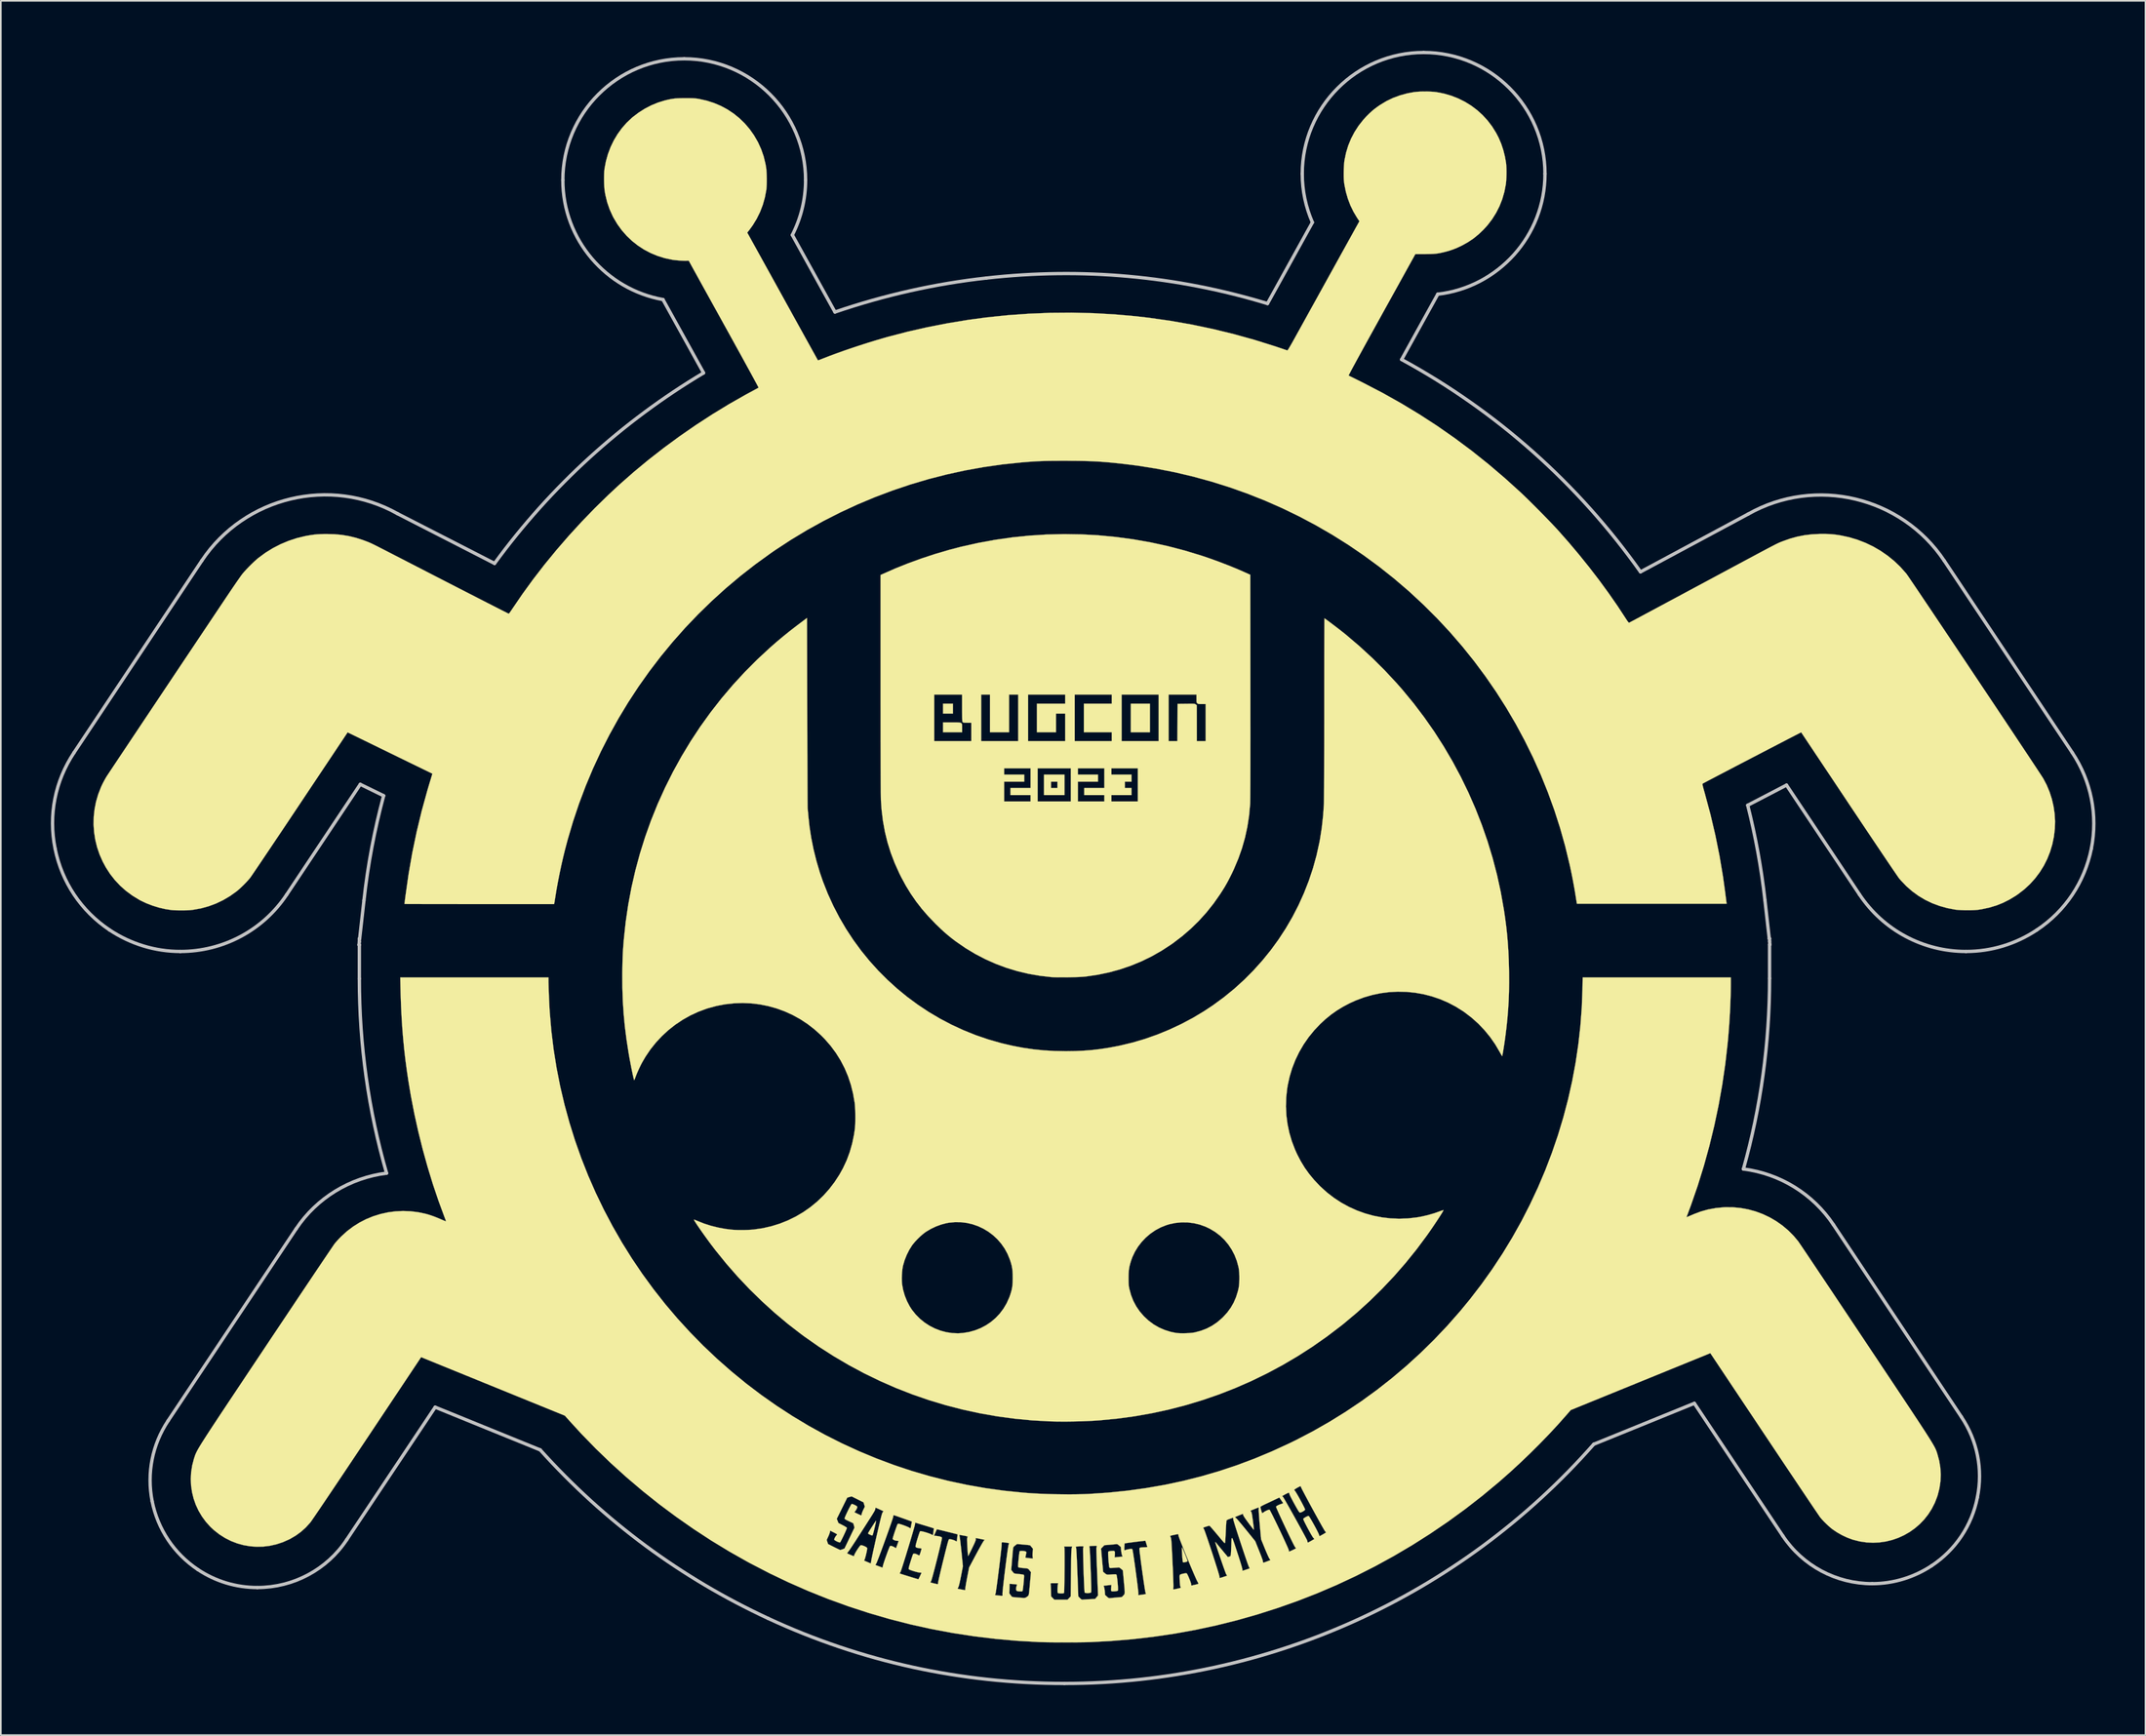
<source format=kicad_pcb>
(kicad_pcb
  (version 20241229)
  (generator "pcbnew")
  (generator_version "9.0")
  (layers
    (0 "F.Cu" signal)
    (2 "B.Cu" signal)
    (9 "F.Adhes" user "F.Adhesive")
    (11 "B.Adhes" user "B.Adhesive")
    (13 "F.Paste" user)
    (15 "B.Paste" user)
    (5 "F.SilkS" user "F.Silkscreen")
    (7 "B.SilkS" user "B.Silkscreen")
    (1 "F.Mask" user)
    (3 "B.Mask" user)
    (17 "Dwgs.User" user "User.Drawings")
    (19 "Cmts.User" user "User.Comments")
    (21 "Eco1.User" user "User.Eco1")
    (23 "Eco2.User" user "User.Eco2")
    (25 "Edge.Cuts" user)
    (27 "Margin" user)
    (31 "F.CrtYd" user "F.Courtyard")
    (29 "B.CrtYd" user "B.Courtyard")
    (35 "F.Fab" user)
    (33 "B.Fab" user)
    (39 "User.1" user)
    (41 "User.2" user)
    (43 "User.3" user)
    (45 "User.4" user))
  (footprint "Bugcon10"
    (layer "F.Cu")
    (at 61.606 48.652)
    (property "Reference" "Bugcon10" (at 0 0 0) (layer "F.SilkS") (effects (font (size 1.27 1.27) (thickness 0.15))))
    (attr through_hole)
    (fp_poly (pts (xy -7.505 -8.886) (xy -8.098 -8.886) (xy -8.098 -9.479) (xy -7.505 -9.479) (xy -7.505 -8.886)) (stroke (width 0.01) (type solid)) (fill yes) (layer "F.SilkS"))
    (fp_poly (pts (xy 4.306 -7.764) (xy 3.163 -7.764) (xy 3.163 -9.479) (xy 4.306 -9.479) (xy 4.306 -7.764)) (stroke (width 0.01) (type solid)) (fill yes) (layer "F.SilkS"))
    (fp_poly (pts (xy -0.817 -3.997) (xy -2.044 -3.997) (xy -2.044 -4.801) (xy -1.621 -4.801) (xy -1.621 -4.42) (xy -1.24 -4.42) (xy -1.24 -4.801) (xy -1.621 -4.801) (xy -2.044 -4.801) (xy -2.044 -5.224) (xy -0.817 -5.224) (xy -0.817 -3.997)) (stroke (width 0.01) (type solid)) (fill yes) (layer "F.SilkS"))
    (fp_poly (pts (xy -7.254 -8.356) (xy -7.148 -8.352) (xy -7.07 -8.341) (xy -7.016 -8.321) (xy -6.982 -8.29) (xy -6.964 -8.246) (xy -6.956 -8.185) (xy -6.955 -8.105) (xy -6.955 -8.012) (xy -6.955 -7.764) (xy -8.098 -7.764) (xy -8.098 -8.357) (xy -7.573 -8.357) (xy -7.395 -8.357) (xy -7.254 -8.356)) (stroke (width 0.01) (type solid)) (fill yes) (layer "F.SilkS"))
    (fp_poly (pts (xy -12.116 39.569) (xy -12.126 39.626) (xy -12.143 39.709) (xy -12.166 39.811) (xy -12.192 39.923) (xy -12.22 40.039) (xy -12.249 40.152) (xy -12.275 40.252) (xy -12.298 40.334) (xy -12.316 40.39) (xy -12.326 40.412) (xy -12.346 40.423) (xy -12.366 40.424) (xy -12.4 40.413) (xy -12.457 40.39) (xy -12.532 40.356) (xy -12.574 40.331) (xy -12.59 40.307) (xy -12.589 40.283) (xy -12.575 40.255) (xy -12.543 40.2) (xy -12.498 40.124) (xy -12.442 40.035) (xy -12.38 39.938) (xy -12.317 39.839) (xy -12.256 39.745) (xy -12.201 39.662) (xy -12.157 39.597) (xy -12.127 39.556) (xy -12.116 39.545) (xy -12.116 39.569)) (stroke (width 0.01) (type solid)) (fill yes) (layer "F.SilkS"))
    (fp_poly (pts (xy 6.239 41.158) (xy 6.241 41.16) (xy 6.257 41.188) (xy 6.284 41.248) (xy 6.321 41.333) (xy 6.363 41.433) (xy 6.408 41.542) (xy 6.452 41.652) (xy 6.492 41.756) (xy 6.526 41.845) (xy 6.55 41.913) (xy 6.561 41.95) (xy 6.562 41.954) (xy 6.557 41.974) (xy 6.539 41.991) (xy 6.5 42.007) (xy 6.432 42.025) (xy 6.356 42.043) (xy 6.31 42.041) (xy 6.288 42.028) (xy 6.28 42) (xy 6.27 41.936) (xy 6.261 41.845) (xy 6.251 41.735) (xy 6.245 41.644) (xy 6.236 41.482) (xy 6.229 41.358) (xy 6.225 41.268) (xy 6.224 41.207) (xy 6.226 41.171) (xy 6.231 41.156) (xy 6.239 41.158)) (stroke (width 0.01) (type solid)) (fill yes) (layer "F.SilkS"))
    (fp_poly (pts (xy 0.211 -19.638) (xy 1.252 -19.58) (xy 2.29 -19.48) (xy 3.323 -19.34) (xy 4.351 -19.158) (xy 5.372 -18.936) (xy 6.384 -18.672) (xy 7.387 -18.368) (xy 7.424 -18.356) (xy 7.929 -18.184) (xy 8.447 -17.996) (xy 8.965 -17.797) (xy 9.47 -17.592) (xy 9.949 -17.385) (xy 10.052 -17.338) (xy 10.328 -17.214) (xy 10.334 -10.515) (xy 10.335 -9.8) (xy 10.335 -9.126) (xy 10.335 -8.494) (xy 10.336 -7.902) (xy 10.336 -7.35) (xy 10.335 -6.837) (xy 10.335 -6.362) (xy 10.335 -5.926) (xy 10.334 -5.527) (xy 10.333 -5.164) (xy 10.332 -4.838) (xy 10.331 -4.547) (xy 10.329 -4.291) (xy 10.328 -4.069) (xy 10.326 -3.881) (xy 10.324 -3.726) (xy 10.322 -3.603) (xy 10.32 -3.512) (xy 10.317 -3.452) (xy 10.317 -3.446) (xy 10.255 -2.766) (xy 10.153 -2.101) (xy 10.012 -1.45) (xy 9.831 -0.811) (xy 9.609 -0.181) (xy 9.346 0.442) (xy 9.229 0.692) (xy 9.114 0.924) (xy 9.009 1.128) (xy 8.907 1.315) (xy 8.804 1.495) (xy 8.691 1.678) (xy 8.564 1.877) (xy 8.524 1.939) (xy 8.129 2.504) (xy 7.704 3.038) (xy 7.248 3.543) (xy 6.763 4.019) (xy 6.246 4.466) (xy 5.699 4.884) (xy 5.574 4.972) (xy 5.001 5.345) (xy 4.41 5.681) (xy 3.801 5.978) (xy 3.174 6.237) (xy 2.531 6.457) (xy 1.871 6.639) (xy 1.197 6.781) (xy 0.507 6.884) (xy 0.411 6.895) (xy 0.297 6.905) (xy 0.148 6.914) (xy -0.029 6.922) (xy -0.226 6.928) (xy -0.435 6.933) (xy -0.651 6.937) (xy -0.864 6.938) (xy -1.068 6.938) (xy -1.256 6.937) (xy -1.421 6.933) (xy -1.554 6.927) (xy -1.61 6.923) (xy -2.303 6.844) (xy -2.983 6.725) (xy -3.649 6.566) (xy -4.302 6.367) (xy -4.939 6.129) (xy -5.561 5.852) (xy -6.165 5.537) (xy -6.752 5.184) (xy -7.319 4.792) (xy -7.368 4.757) (xy -7.599 4.58) (xy -7.819 4.401) (xy -8.036 4.214) (xy -8.258 4.009) (xy -8.494 3.781) (xy -8.576 3.699) (xy -8.991 3.266) (xy -9.368 2.832) (xy -9.712 2.389) (xy -10.029 1.93) (xy -10.324 1.45) (xy -10.6 0.942) (xy -10.724 0.693) (xy -10.999 0.082) (xy -11.234 -0.535) (xy -11.429 -1.16) (xy -11.585 -1.797) (xy -11.703 -2.448) (xy -11.784 -3.116) (xy -11.824 -3.698) (xy -11.825 -3.762) (xy -11.827 -3.866) (xy -11.829 -4.01) (xy -11.831 -4.192) (xy -11.832 -4.411) (xy -11.834 -4.666) (xy -11.835 -4.955) (xy -11.836 -5.277) (xy -11.838 -5.605) (xy -4.436 -5.605) (xy -4.436 -5.224) (xy -3.23 -5.224) (xy -3.23 -4.801) (xy -4.436 -4.801) (xy -4.436 -3.616) (xy -2.849 -3.616) (xy -2.849 -3.997) (xy -4.055 -3.997) (xy -4.055 -4.42) (xy -2.849 -4.42) (xy -2.849 -5.605) (xy -2.425 -5.605) (xy -2.425 -3.616) (xy -0.436 -3.616) (xy -0.436 -5.605) (xy -0.012 -5.605) (xy -0.012 -5.224) (xy 1.194 -5.224) (xy 1.194 -4.801) (xy -0.012 -4.801) (xy -0.012 -3.616) (xy 1.575 -3.616) (xy 1.575 -3.997) (xy 0.369 -3.997) (xy 0.369 -4.42) (xy 1.575 -4.42) (xy 1.575 -5.605) (xy 1.998 -5.605) (xy 1.998 -5.224) (xy 3.205 -5.224) (xy 3.205 -4.801) (xy 2.803 -4.801) (xy 2.803 -4.42) (xy 3.205 -4.42) (xy 3.205 -3.997) (xy 1.998 -3.997) (xy 1.998 -3.616) (xy 3.586 -3.616) (xy 3.586 -5.605) (xy 1.998 -5.605) (xy 1.575 -5.605) (xy -0.012 -5.605) (xy -0.436 -5.605) (xy -2.425 -5.605) (xy -2.849 -5.605) (xy -4.436 -5.605) (xy -11.838 -5.605) (xy -11.838 -5.631) (xy -11.839 -6.014) (xy -11.84 -6.427) (xy -11.841 -6.867) (xy -11.842 -7.333) (xy -11.842 -7.824) (xy -11.843 -8.338) (xy -11.843 -8.874) (xy -11.844 -9.432) (xy -11.844 -10.008) (xy -11.844 -10.029) (xy -8.627 -10.029) (xy -8.627 -7.235) (xy -6.405 -7.235) (xy -6.405 -8.336) (xy -6.641 -8.336) (xy -6.751 -8.337) (xy -6.827 -8.341) (xy -6.876 -8.35) (xy -6.907 -8.364) (xy -6.916 -8.371) (xy -6.926 -8.382) (xy -6.934 -8.399) (xy -6.941 -8.425) (xy -6.946 -8.464) (xy -6.949 -8.522) (xy -6.952 -8.601) (xy -6.953 -8.706) (xy -6.954 -8.842) (xy -6.955 -9.011) (xy -6.955 -9.218) (xy -6.955 -10.029) (xy -5.812 -10.029) (xy -5.812 -7.235) (xy -3.59 -7.235) (xy -3.59 -10.029) (xy -2.997 -10.029) (xy -2.997 -7.235) (xy -0.774 -7.235) (xy -0.774 -8.886) (xy -1.325 -8.886) (xy -1.325 -7.764) (xy -2.468 -7.764) (xy -2.468 -9.479) (xy -0.774 -9.479) (xy -0.774 -10.029) (xy -0.203 -10.029) (xy -0.203 -7.235) (xy 2.02 -7.235) (xy 2.02 -7.764) (xy 0.347 -7.764) (xy 0.347 -9.479) (xy 2.02 -9.479) (xy 2.02 -10.029) (xy 2.612 -10.029) (xy 2.612 -7.235) (xy 4.835 -7.235) (xy 4.835 -10.029) (xy 5.428 -10.029) (xy 5.428 -7.235) (xy 5.956 -7.235) (xy 5.962 -8.352) (xy 5.967 -9.468) (xy 6.482 -9.474) (xy 6.643 -9.476) (xy 6.767 -9.476) (xy 6.859 -9.476) (xy 6.927 -9.473) (xy 6.973 -9.469) (xy 7.006 -9.462) (xy 7.029 -9.452) (xy 7.049 -9.438) (xy 7.058 -9.432) (xy 7.118 -9.384) (xy 7.12 -8.309) (xy 7.121 -7.235) (xy 7.65 -7.235) (xy 7.65 -9.458) (xy 7.424 -9.458) (xy 7.321 -9.458) (xy 7.251 -9.462) (xy 7.206 -9.47) (xy 7.174 -9.483) (xy 7.149 -9.504) (xy 7.127 -9.527) (xy 7.113 -9.554) (xy 7.105 -9.593) (xy 7.101 -9.655) (xy 7.1 -9.746) (xy 7.1 -9.789) (xy 7.1 -10.029) (xy 5.428 -10.029) (xy 4.835 -10.029) (xy 2.612 -10.029) (xy 2.02 -10.029) (xy -0.203 -10.029) (xy -0.774 -10.029) (xy -2.997 -10.029) (xy -3.59 -10.029) (xy -4.14 -10.029) (xy -4.14 -7.764) (xy -5.283 -7.764) (xy -5.283 -10.029) (xy -5.812 -10.029) (xy -6.955 -10.029) (xy -8.627 -10.029) (xy -11.844 -10.029) (xy -11.844 -10.603) (xy -11.844 -10.678) (xy -11.845 -17.202) (xy -11.723 -17.258) (xy -10.971 -17.59) (xy -10.188 -17.904) (xy -9.382 -18.197) (xy -8.56 -18.467) (xy -7.731 -18.71) (xy -7.05 -18.888) (xy -6.025 -19.119) (xy -4.993 -19.309) (xy -3.956 -19.458) (xy -2.916 -19.565) (xy -1.874 -19.63) (xy -0.831 -19.655) (xy 0.211 -19.638)) (stroke (width 0.01) (type solid)) (fill yes) (layer "F.SilkS"))
    (fp_poly (pts (xy -16.244 -8.945) (xy -16.243 -8.456) (xy -16.242 -7.978) (xy -16.24 -7.513) (xy -16.239 -7.061) (xy -16.238 -6.626) (xy -16.236 -6.208) (xy -16.235 -5.809) (xy -16.233 -5.432) (xy -16.232 -5.077) (xy -16.23 -4.748) (xy -16.229 -4.444) (xy -16.227 -4.169) (xy -16.226 -3.924) (xy -16.225 -3.711) (xy -16.223 -3.531) (xy -16.222 -3.386) (xy -16.221 -3.279) (xy -16.219 -3.21) (xy -16.218 -3.182) (xy -16.212 -3.129) (xy -16.204 -3.044) (xy -16.194 -2.94) (xy -16.185 -2.826) (xy -16.184 -2.811) (xy -16.112 -2.128) (xy -16.005 -1.432) (xy -15.864 -0.732) (xy -15.691 -0.036) (xy -15.487 0.649) (xy -15.304 1.181) (xy -15.009 1.928) (xy -14.677 2.655) (xy -14.31 3.361) (xy -13.909 4.045) (xy -13.475 4.705) (xy -13.009 5.34) (xy -12.513 5.95) (xy -11.987 6.534) (xy -11.433 7.089) (xy -10.853 7.616) (xy -10.246 8.113) (xy -9.615 8.579) (xy -8.961 9.014) (xy -8.284 9.415) (xy -7.586 9.782) (xy -6.869 10.113) (xy -6.133 10.409) (xy -5.379 10.667) (xy -4.609 10.887) (xy -4.545 10.903) (xy -3.912 11.05) (xy -3.293 11.168) (xy -2.677 11.258) (xy -2.056 11.321) (xy -1.419 11.359) (xy -0.757 11.372) (xy -0.725 11.372) (xy -0.176 11.364) (xy 0.345 11.34) (xy 0.851 11.299) (xy 1.352 11.239) (xy 1.861 11.16) (xy 2.39 11.06) (xy 2.532 11.03) (xy 3.277 10.851) (xy 4.019 10.631) (xy 4.754 10.371) (xy 5.478 10.074) (xy 6.188 9.741) (xy 6.88 9.374) (xy 7.55 8.973) (xy 8.095 8.611) (xy 8.745 8.133) (xy 9.368 7.624) (xy 9.961 7.086) (xy 10.523 6.52) (xy 11.055 5.927) (xy 11.555 5.31) (xy 12.022 4.669) (xy 12.455 4.005) (xy 12.854 3.32) (xy 13.217 2.616) (xy 13.544 1.893) (xy 13.834 1.153) (xy 14.086 0.397) (xy 14.299 -0.373) (xy 14.472 -1.157) (xy 14.505 -1.33) (xy 14.617 -2.047) (xy 14.698 -2.793) (xy 14.74 -3.436) (xy 14.743 -3.507) (xy 14.745 -3.619) (xy 14.747 -3.772) (xy 14.749 -3.964) (xy 14.751 -4.194) (xy 14.753 -4.46) (xy 14.754 -4.763) (xy 14.756 -5.101) (xy 14.757 -5.473) (xy 14.758 -5.877) (xy 14.759 -6.313) (xy 14.76 -6.78) (xy 14.761 -7.277) (xy 14.761 -7.802) (xy 14.762 -8.354) (xy 14.762 -8.933) (xy 14.762 -9.241) (xy 14.762 -9.714) (xy 14.762 -10.176) (xy 14.762 -10.625) (xy 14.763 -11.06) (xy 14.763 -11.478) (xy 14.764 -11.877) (xy 14.764 -12.257) (xy 14.765 -12.615) (xy 14.766 -12.948) (xy 14.767 -13.257) (xy 14.768 -13.538) (xy 14.769 -13.791) (xy 14.77 -14.012) (xy 14.771 -14.201) (xy 14.772 -14.356) (xy 14.773 -14.474) (xy 14.774 -14.555) (xy 14.775 -14.596) (xy 14.776 -14.601) (xy 14.797 -14.589) (xy 14.847 -14.554) (xy 14.922 -14.499) (xy 15.017 -14.429) (xy 15.128 -14.346) (xy 15.25 -14.254) (xy 15.379 -14.156) (xy 15.51 -14.056) (xy 15.64 -13.956) (xy 15.762 -13.861) (xy 15.875 -13.773) (xy 15.971 -13.696) (xy 16.043 -13.639) (xy 16.863 -12.94) (xy 17.648 -12.218) (xy 18.398 -11.472) (xy 19.113 -10.703) (xy 19.453 -10.315) (xy 20.123 -9.502) (xy 20.758 -8.665) (xy 21.36 -7.804) (xy 21.926 -6.92) (xy 22.457 -6.016) (xy 22.951 -5.092) (xy 23.409 -4.15) (xy 23.829 -3.19) (xy 24.211 -2.215) (xy 24.555 -1.225) (xy 24.86 -0.222) (xy 25.125 0.793) (xy 25.349 1.818) (xy 25.532 2.854) (xy 25.534 2.861) (xy 25.611 3.382) (xy 25.676 3.882) (xy 25.729 4.371) (xy 25.771 4.858) (xy 25.804 5.353) (xy 25.827 5.866) (xy 25.842 6.406) (xy 25.847 6.661) (xy 25.85 7.25) (xy 25.842 7.81) (xy 25.822 8.351) (xy 25.79 8.885) (xy 25.746 9.422) (xy 25.688 9.975) (xy 25.631 10.436) (xy 25.609 10.599) (xy 25.586 10.766) (xy 25.561 10.933) (xy 25.536 11.096) (xy 25.512 11.247) (xy 25.49 11.383) (xy 25.47 11.498) (xy 25.453 11.587) (xy 25.441 11.645) (xy 25.433 11.666) (xy 25.433 11.666) (xy 25.418 11.648) (xy 25.388 11.6) (xy 25.347 11.529) (xy 25.299 11.441) (xy 25.292 11.428) (xy 25.021 10.965) (xy 24.714 10.524) (xy 24.374 10.108) (xy 24.003 9.72) (xy 23.603 9.361) (xy 23.177 9.034) (xy 23.091 8.974) (xy 22.644 8.693) (xy 22.18 8.45) (xy 21.702 8.245) (xy 21.212 8.079) (xy 20.712 7.95) (xy 20.205 7.861) (xy 19.692 7.81) (xy 19.177 7.798) (xy 18.663 7.825) (xy 18.15 7.891) (xy 17.642 7.997) (xy 17.14 8.143) (xy 16.649 8.328) (xy 16.292 8.49) (xy 15.89 8.702) (xy 15.52 8.928) (xy 15.173 9.174) (xy 14.838 9.447) (xy 14.533 9.728) (xy 14.164 10.116) (xy 13.828 10.529) (xy 13.526 10.965) (xy 13.26 11.422) (xy 13.03 11.898) (xy 12.838 12.391) (xy 12.685 12.899) (xy 12.571 13.419) (xy 12.538 13.622) (xy 12.481 14.156) (xy 12.466 14.689) (xy 12.492 15.219) (xy 12.56 15.745) (xy 12.669 16.264) (xy 12.819 16.774) (xy 13.01 17.273) (xy 13.135 17.55) (xy 13.354 17.971) (xy 13.594 18.365) (xy 13.861 18.738) (xy 14.159 19.098) (xy 14.493 19.451) (xy 14.543 19.5) (xy 14.936 19.855) (xy 15.353 20.176) (xy 15.79 20.462) (xy 16.247 20.712) (xy 16.719 20.925) (xy 17.206 21.102) (xy 17.706 21.241) (xy 18.215 21.341) (xy 18.732 21.402) (xy 19.254 21.423) (xy 19.779 21.405) (xy 20.305 21.345) (xy 20.631 21.286) (xy 21.003 21.199) (xy 21.376 21.089) (xy 21.651 20.992) (xy 21.746 20.957) (xy 21.827 20.929) (xy 21.885 20.911) (xy 21.912 20.906) (xy 21.913 20.906) (xy 21.907 20.928) (xy 21.879 20.982) (xy 21.832 21.063) (xy 21.767 21.167) (xy 21.688 21.291) (xy 21.597 21.432) (xy 21.496 21.585) (xy 21.388 21.747) (xy 21.275 21.915) (xy 21.159 22.084) (xy 21.044 22.25) (xy 20.93 22.411) (xy 20.909 22.441) (xy 20.292 23.27) (xy 19.639 24.079) (xy 18.953 24.865) (xy 18.237 25.624) (xy 17.493 26.355) (xy 16.723 27.054) (xy 15.931 27.719) (xy 15.778 27.841) (xy 14.931 28.486) (xy 14.062 29.095) (xy 13.174 29.667) (xy 12.267 30.201) (xy 11.341 30.698) (xy 10.398 31.157) (xy 9.438 31.578) (xy 8.463 31.96) (xy 7.473 32.302) (xy 6.47 32.606) (xy 5.453 32.87) (xy 4.425 33.093) (xy 3.385 33.277) (xy 2.336 33.419) (xy 1.279 33.52) (xy 0.934 33.543) (xy 0.559 33.562) (xy 0.166 33.577) (xy -0.236 33.587) (xy -0.636 33.593) (xy -1.023 33.593) (xy -1.389 33.589) (xy -1.685 33.581) (xy -2.751 33.522) (xy -3.808 33.421) (xy -4.857 33.279) (xy -5.896 33.096) (xy -6.925 32.873) (xy -7.941 32.61) (xy -8.945 32.307) (xy -9.936 31.964) (xy -10.912 31.583) (xy -11.873 31.162) (xy -12.818 30.704) (xy -13.746 30.206) (xy -14.656 29.671) (xy -15.547 29.099) (xy -16.419 28.489) (xy -16.607 28.35) (xy -17.413 27.726) (xy -18.2 27.065) (xy -18.965 26.371) (xy -19.704 25.648) (xy -20.32 24.997) (xy -10.572 24.997) (xy -10.569 25.175) (xy -10.558 25.327) (xy -10.555 25.351) (xy -10.492 25.697) (xy -10.393 26.039) (xy -10.26 26.369) (xy -10.099 26.678) (xy -9.964 26.886) (xy -9.737 27.171) (xy -9.481 27.428) (xy -9.201 27.655) (xy -8.9 27.85) (xy -8.58 28.012) (xy -8.247 28.14) (xy -7.903 28.231) (xy -7.552 28.285) (xy -7.196 28.299) (xy -6.917 28.281) (xy -6.541 28.22) (xy -6.181 28.12) (xy -5.839 27.984) (xy -5.517 27.813) (xy -5.217 27.61) (xy -4.942 27.375) (xy -4.694 27.11) (xy -4.475 26.818) (xy -4.287 26.5) (xy -4.132 26.158) (xy -4.088 26.04) (xy -4.031 25.866) (xy -3.988 25.71) (xy -3.957 25.561) (xy -3.936 25.407) (xy -3.924 25.237) (xy -3.92 25.039) (xy -3.919 24.98) (xy 3.027 24.98) (xy 3.027 25.139) (xy 3.03 25.265) (xy 3.035 25.366) (xy 3.042 25.451) (xy 3.054 25.53) (xy 3.07 25.612) (xy 3.074 25.629) (xy 3.175 26) (xy 3.311 26.349) (xy 3.485 26.676) (xy 3.694 26.983) (xy 3.942 27.269) (xy 3.946 27.273) (xy 4.225 27.534) (xy 4.526 27.759) (xy 4.847 27.946) (xy 5.189 28.096) (xy 5.55 28.209) (xy 5.861 28.274) (xy 5.988 28.288) (xy 6.145 28.296) (xy 6.321 28.298) (xy 6.503 28.293) (xy 6.682 28.283) (xy 6.844 28.268) (xy 6.98 28.247) (xy 7.001 28.243) (xy 7.369 28.144) (xy 7.712 28.012) (xy 8.034 27.844) (xy 8.335 27.64) (xy 8.62 27.397) (xy 8.699 27.321) (xy 8.947 27.048) (xy 9.157 26.761) (xy 9.331 26.457) (xy 9.472 26.13) (xy 9.582 25.778) (xy 9.623 25.608) (xy 9.648 25.455) (xy 9.664 25.272) (xy 9.672 25.072) (xy 9.672 24.865) (xy 9.664 24.664) (xy 9.647 24.482) (xy 9.622 24.33) (xy 9.521 23.957) (xy 9.385 23.605) (xy 9.213 23.275) (xy 9.01 22.968) (xy 8.775 22.688) (xy 8.511 22.435) (xy 8.219 22.213) (xy 7.9 22.022) (xy 7.642 21.899) (xy 7.297 21.775) (xy 6.941 21.691) (xy 6.577 21.646) (xy 6.21 21.641) (xy 5.844 21.675) (xy 5.485 21.75) (xy 5.292 21.808) (xy 4.958 21.941) (xy 4.641 22.11) (xy 4.343 22.314) (xy 4.068 22.547) (xy 3.819 22.808) (xy 3.598 23.093) (xy 3.41 23.398) (xy 3.257 23.721) (xy 3.185 23.919) (xy 3.131 24.091) (xy 3.091 24.244) (xy 3.062 24.387) (xy 3.043 24.534) (xy 3.032 24.696) (xy 3.027 24.883) (xy 3.027 24.98) (xy -3.919 24.98) (xy -3.919 24.97) (xy -3.922 24.751) (xy -3.932 24.562) (xy -3.953 24.392) (xy -3.984 24.229) (xy -4.029 24.061) (xy -4.089 23.878) (xy -4.091 23.872) (xy -4.231 23.532) (xy -4.404 23.214) (xy -4.609 22.92) (xy -4.842 22.652) (xy -5.1 22.411) (xy -5.38 22.2) (xy -5.681 22.019) (xy -5.998 21.87) (xy -6.33 21.755) (xy -6.673 21.675) (xy -7.025 21.632) (xy -7.383 21.627) (xy -7.745 21.662) (xy -7.904 21.691) (xy -8.214 21.773) (xy -8.527 21.888) (xy -8.829 22.032) (xy -9.109 22.198) (xy -9.177 22.245) (xy -9.323 22.358) (xy -9.478 22.495) (xy -9.633 22.646) (xy -9.778 22.8) (xy -9.902 22.948) (xy -9.954 23.018) (xy -10.125 23.29) (xy -10.275 23.588) (xy -10.4 23.901) (xy -10.493 24.216) (xy -10.512 24.3) (xy -10.536 24.445) (xy -10.555 24.619) (xy -10.567 24.807) (xy -10.572 24.997) (xy -20.32 24.997) (xy -20.414 24.897) (xy -21.093 24.122) (xy -21.737 23.327) (xy -22.018 22.959) (xy -22.138 22.797) (xy -22.26 22.63) (xy -22.382 22.461) (xy -22.5 22.295) (xy -22.613 22.135) (xy -22.717 21.984) (xy -22.812 21.846) (xy -22.893 21.725) (xy -22.958 21.624) (xy -23.006 21.547) (xy -23.033 21.497) (xy -23.038 21.478) (xy -23.016 21.482) (xy -22.964 21.5) (xy -22.889 21.53) (xy -22.815 21.561) (xy -22.429 21.714) (xy -22.015 21.846) (xy -21.584 21.953) (xy -21.148 22.034) (xy -20.789 22.079) (xy -20.624 22.091) (xy -20.429 22.098) (xy -20.215 22.101) (xy -19.996 22.099) (xy -19.783 22.093) (xy -19.587 22.082) (xy -19.437 22.069) (xy -18.906 21.991) (xy -18.389 21.872) (xy -17.886 21.716) (xy -17.399 21.522) (xy -16.931 21.292) (xy -16.483 21.028) (xy -16.057 20.73) (xy -15.654 20.399) (xy -15.277 20.037) (xy -14.926 19.645) (xy -14.604 19.224) (xy -14.312 18.775) (xy -14.097 18.387) (xy -13.877 17.916) (xy -13.695 17.425) (xy -13.549 16.915) (xy -13.438 16.382) (xy -13.385 16.016) (xy -13.374 15.888) (xy -13.366 15.727) (xy -13.361 15.542) (xy -13.359 15.344) (xy -13.361 15.14) (xy -13.366 14.941) (xy -13.374 14.756) (xy -13.385 14.595) (xy -13.398 14.471) (xy -13.493 13.922) (xy -13.624 13.392) (xy -13.793 12.882) (xy -13.999 12.393) (xy -14.243 11.924) (xy -14.523 11.476) (xy -14.839 11.048) (xy -15.193 10.642) (xy -15.414 10.417) (xy -15.812 10.057) (xy -16.231 9.734) (xy -16.67 9.446) (xy -17.127 9.194) (xy -17.599 8.98) (xy -18.084 8.803) (xy -18.581 8.664) (xy -19.086 8.563) (xy -19.599 8.501) (xy -20.117 8.479) (xy -20.638 8.497) (xy -21.159 8.554) (xy -21.679 8.653) (xy -22.195 8.793) (xy -22.29 8.823) (xy -22.785 9.008) (xy -23.263 9.23) (xy -23.721 9.489) (xy -24.157 9.781) (xy -24.57 10.106) (xy -24.957 10.463) (xy -25.316 10.848) (xy -25.646 11.26) (xy -25.943 11.699) (xy -26.141 12.038) (xy -26.227 12.202) (xy -26.316 12.386) (xy -26.403 12.577) (xy -26.481 12.76) (xy -26.544 12.924) (xy -26.558 12.963) (xy -26.584 13.033) (xy -26.606 13.084) (xy -26.62 13.106) (xy -26.621 13.106) (xy -26.631 13.086) (xy -26.648 13.029) (xy -26.671 12.938) (xy -26.698 12.82) (xy -26.728 12.677) (xy -26.762 12.515) (xy -26.798 12.338) (xy -26.834 12.15) (xy -26.871 11.956) (xy -26.907 11.76) (xy -26.941 11.567) (xy -26.967 11.413) (xy -27.087 10.632) (xy -27.183 9.871) (xy -27.254 9.119) (xy -27.303 8.365) (xy -27.329 7.599) (xy -27.334 6.81) (xy -27.332 6.587) (xy -27.328 6.312) (xy -27.323 6.071) (xy -27.317 5.857) (xy -27.31 5.66) (xy -27.302 5.474) (xy -27.291 5.29) (xy -27.278 5.1) (xy -27.262 4.896) (xy -27.243 4.669) (xy -27.242 4.66) (xy -27.131 3.618) (xy -26.978 2.58) (xy -26.785 1.549) (xy -26.551 0.526) (xy -26.278 -0.485) (xy -25.965 -1.484) (xy -25.614 -2.467) (xy -25.225 -3.433) (xy -25.206 -3.478) (xy -24.766 -4.449) (xy -24.291 -5.398) (xy -23.78 -6.324) (xy -23.234 -7.228) (xy -22.654 -8.107) (xy -22.039 -8.962) (xy -21.391 -9.792) (xy -20.71 -10.596) (xy -19.996 -11.373) (xy -19.251 -12.122) (xy -18.474 -12.843) (xy -18.087 -13.182) (xy -17.706 -13.502) (xy -17.308 -13.823) (xy -16.885 -14.151) (xy -16.702 -14.289) (xy -16.258 -14.623) (xy -16.244 -8.945)) (stroke (width 0.01) (type solid)) (fill yes) (layer "F.SilkS"))
    (fp_poly (pts (xy 20.941 -46.211) (xy 21.157 -46.204) (xy 21.354 -46.191) (xy 21.501 -46.173) (xy 21.953 -46.084) (xy 22.389 -45.956) (xy 22.806 -45.792) (xy 23.204 -45.593) (xy 23.581 -45.359) (xy 23.933 -45.093) (xy 24.26 -44.796) (xy 24.56 -44.469) (xy 24.83 -44.114) (xy 25.069 -43.731) (xy 25.222 -43.437) (xy 25.375 -43.079) (xy 25.502 -42.696) (xy 25.601 -42.298) (xy 25.666 -41.927) (xy 25.679 -41.788) (xy 25.688 -41.618) (xy 25.692 -41.429) (xy 25.691 -41.231) (xy 25.685 -41.035) (xy 25.675 -40.854) (xy 25.66 -40.697) (xy 25.654 -40.647) (xy 25.566 -40.192) (xy 25.44 -39.755) (xy 25.275 -39.335) (xy 25.073 -38.935) (xy 24.834 -38.554) (xy 24.558 -38.193) (xy 24.32 -37.931) (xy 24.022 -37.645) (xy 23.715 -37.395) (xy 23.39 -37.176) (xy 23.039 -36.98) (xy 22.985 -36.953) (xy 22.743 -36.839) (xy 22.518 -36.747) (xy 22.297 -36.67) (xy 22.064 -36.603) (xy 22.029 -36.594) (xy 21.863 -36.554) (xy 21.717 -36.522) (xy 21.58 -36.497) (xy 21.445 -36.48) (xy 21.303 -36.468) (xy 21.143 -36.461) (xy 20.957 -36.457) (xy 20.781 -36.456) (xy 20.227 -36.456) (xy 18.212 -32.816) (xy 17.941 -32.325) (xy 17.69 -31.871) (xy 17.459 -31.453) (xy 17.249 -31.071) (xy 17.059 -30.725) (xy 16.889 -30.414) (xy 16.738 -30.139) (xy 16.608 -29.898) (xy 16.496 -29.693) (xy 16.404 -29.521) (xy 16.332 -29.384) (xy 16.278 -29.28) (xy 16.243 -29.21) (xy 16.227 -29.173) (xy 16.226 -29.166) (xy 16.25 -29.155) (xy 16.308 -29.127) (xy 16.396 -29.083) (xy 16.511 -29.027) (xy 16.647 -28.959) (xy 16.801 -28.882) (xy 16.97 -28.798) (xy 17.111 -28.727) (xy 18.257 -28.131) (xy 19.376 -27.502) (xy 20.468 -26.842) (xy 21.536 -26.148) (xy 22.58 -25.42) (xy 23.603 -24.657) (xy 24.604 -23.858) (xy 25.587 -23.021) (xy 26.52 -22.176) (xy 26.686 -22.019) (xy 26.874 -21.838) (xy 27.078 -21.638) (xy 27.295 -21.423) (xy 27.518 -21.2) (xy 27.743 -20.973) (xy 27.964 -20.748) (xy 28.176 -20.529) (xy 28.375 -20.322) (xy 28.555 -20.132) (xy 28.711 -19.965) (xy 28.757 -19.914) (xy 29.402 -19.185) (xy 30.034 -18.436) (xy 30.65 -17.671) (xy 31.244 -16.898) (xy 31.812 -16.121) (xy 32.35 -15.347) (xy 32.852 -14.581) (xy 32.87 -14.553) (xy 32.939 -14.449) (xy 32.992 -14.378) (xy 33.029 -14.34) (xy 33.043 -14.335) (xy 33.064 -14.346) (xy 33.121 -14.376) (xy 33.211 -14.424) (xy 33.334 -14.49) (xy 33.488 -14.572) (xy 33.67 -14.669) (xy 33.879 -14.782) (xy 34.114 -14.908) (xy 34.373 -15.046) (xy 34.654 -15.197) (xy 34.956 -15.359) (xy 35.276 -15.531) (xy 35.613 -15.712) (xy 35.966 -15.901) (xy 36.333 -16.098) (xy 36.711 -16.301) (xy 37.1 -16.51) (xy 37.257 -16.594) (xy 37.747 -16.857) (xy 38.201 -17.101) (xy 38.621 -17.327) (xy 39.008 -17.535) (xy 39.363 -17.726) (xy 39.689 -17.9) (xy 39.986 -18.06) (xy 40.256 -18.204) (xy 40.5 -18.335) (xy 40.72 -18.453) (xy 40.917 -18.558) (xy 41.094 -18.652) (xy 41.25 -18.735) (xy 41.388 -18.808) (xy 41.51 -18.872) (xy 41.616 -18.927) (xy 41.708 -18.975) (xy 41.787 -19.016) (xy 41.856 -19.051) (xy 41.915 -19.08) (xy 41.966 -19.104) (xy 42.011 -19.125) (xy 42.05 -19.143) (xy 42.086 -19.158) (xy 42.119 -19.172) (xy 42.152 -19.185) (xy 42.185 -19.198) (xy 42.221 -19.212) (xy 42.247 -19.222) (xy 42.688 -19.38) (xy 43.125 -19.501) (xy 43.566 -19.588) (xy 44.019 -19.642) (xy 44.492 -19.665) (xy 44.607 -19.666) (xy 44.844 -19.664) (xy 45.053 -19.657) (xy 45.245 -19.643) (xy 45.434 -19.622) (xy 45.634 -19.593) (xy 45.75 -19.573) (xy 46.254 -19.464) (xy 46.745 -19.316) (xy 47.223 -19.131) (xy 47.684 -18.91) (xy 48.125 -18.654) (xy 48.544 -18.365) (xy 48.938 -18.046) (xy 49.304 -17.696) (xy 49.641 -17.319) (xy 49.674 -17.279) (xy 49.698 -17.246) (xy 49.745 -17.179) (xy 49.813 -17.08) (xy 49.901 -16.95) (xy 50.008 -16.792) (xy 50.134 -16.606) (xy 50.277 -16.395) (xy 50.436 -16.159) (xy 50.609 -15.901) (xy 50.797 -15.622) (xy 50.998 -15.324) (xy 51.21 -15.008) (xy 51.433 -14.675) (xy 51.666 -14.328) (xy 51.907 -13.968) (xy 52.156 -13.597) (xy 52.411 -13.215) (xy 52.672 -12.826) (xy 52.937 -12.429) (xy 53.206 -12.028) (xy 53.476 -11.623) (xy 53.748 -11.216) (xy 54.02 -10.809) (xy 54.291 -10.403) (xy 54.56 -10) (xy 54.826 -9.601) (xy 55.088 -9.209) (xy 55.345 -8.823) (xy 55.596 -8.448) (xy 55.839 -8.082) (xy 56.074 -7.73) (xy 56.299 -7.391) (xy 56.514 -7.067) (xy 56.718 -6.761) (xy 56.909 -6.474) (xy 57.086 -6.206) (xy 57.248 -5.961) (xy 57.395 -5.739) (xy 57.525 -5.542) (xy 57.637 -5.372) (xy 57.73 -5.23) (xy 57.803 -5.118) (xy 57.855 -5.037) (xy 57.885 -4.989) (xy 57.887 -4.986) (xy 58.091 -4.598) (xy 58.262 -4.187) (xy 58.4 -3.759) (xy 58.501 -3.32) (xy 58.566 -2.874) (xy 58.592 -2.427) (xy 58.58 -1.985) (xy 58.579 -1.982) (xy 58.523 -1.506) (xy 58.427 -1.043) (xy 58.293 -0.596) (xy 58.123 -0.167) (xy 57.916 0.244) (xy 57.673 0.633) (xy 57.397 1) (xy 57.088 1.343) (xy 56.747 1.66) (xy 56.374 1.948) (xy 56.227 2.049) (xy 55.849 2.278) (xy 55.464 2.471) (xy 55.065 2.629) (xy 54.647 2.754) (xy 54.206 2.849) (xy 53.973 2.886) (xy 53.852 2.898) (xy 53.699 2.907) (xy 53.523 2.912) (xy 53.335 2.913) (xy 53.144 2.911) (xy 52.961 2.905) (xy 52.794 2.895) (xy 52.655 2.882) (xy 52.608 2.876) (xy 52.125 2.784) (xy 51.663 2.655) (xy 51.221 2.49) (xy 50.801 2.288) (xy 50.402 2.05) (xy 50.026 1.777) (xy 49.673 1.468) (xy 49.344 1.124) (xy 49.247 1.011) (xy 49.221 0.977) (xy 49.173 0.908) (xy 49.104 0.808) (xy 49.014 0.677) (xy 48.905 0.518) (xy 48.778 0.331) (xy 48.634 0.118) (xy 48.474 -0.119) (xy 48.299 -0.378) (xy 48.111 -0.658) (xy 47.91 -0.957) (xy 47.697 -1.274) (xy 47.474 -1.607) (xy 47.241 -1.955) (xy 47 -2.315) (xy 46.752 -2.687) (xy 46.497 -3.068) (xy 46.237 -3.457) (xy 46.232 -3.465) (xy 45.975 -3.852) (xy 45.723 -4.229) (xy 45.479 -4.595) (xy 45.243 -4.949) (xy 45.017 -5.289) (xy 44.8 -5.613) (xy 44.595 -5.921) (xy 44.402 -6.211) (xy 44.222 -6.48) (xy 44.057 -6.728) (xy 43.906 -6.954) (xy 43.772 -7.154) (xy 43.656 -7.329) (xy 43.557 -7.477) (xy 43.478 -7.595) (xy 43.42 -7.683) (xy 43.382 -7.739) (xy 43.367 -7.761) (xy 43.367 -7.762) (xy 43.348 -7.753) (xy 43.294 -7.726) (xy 43.207 -7.682) (xy 43.09 -7.622) (xy 42.945 -7.547) (xy 42.775 -7.459) (xy 42.583 -7.36) (xy 42.369 -7.249) (xy 42.138 -7.129) (xy 41.892 -7.001) (xy 41.632 -6.866) (xy 41.362 -6.726) (xy 41.083 -6.581) (xy 40.799 -6.433) (xy 40.511 -6.284) (xy 40.223 -6.133) (xy 39.936 -5.984) (xy 39.654 -5.837) (xy 39.378 -5.693) (xy 39.111 -5.553) (xy 38.855 -5.419) (xy 38.613 -5.293) (xy 38.387 -5.175) (xy 38.18 -5.066) (xy 37.995 -4.969) (xy 37.832 -4.884) (xy 37.696 -4.812) (xy 37.589 -4.755) (xy 37.512 -4.714) (xy 37.469 -4.69) (xy 37.461 -4.685) (xy 37.452 -4.675) (xy 37.447 -4.657) (xy 37.448 -4.628) (xy 37.456 -4.582) (xy 37.471 -4.516) (xy 37.495 -4.424) (xy 37.528 -4.303) (xy 37.572 -4.148) (xy 37.597 -4.058) (xy 37.929 -2.822) (xy 38.219 -1.584) (xy 38.468 -0.347) (xy 38.676 0.889) (xy 38.807 1.835) (xy 38.825 1.982) (xy 38.843 2.121) (xy 38.858 2.243) (xy 38.871 2.341) (xy 38.88 2.409) (xy 38.883 2.433) (xy 38.895 2.523) (xy 29.918 2.523) (xy 29.908 2.475) (xy 29.901 2.439) (xy 29.89 2.369) (xy 29.874 2.273) (xy 29.857 2.159) (xy 29.842 2.068) (xy 29.794 1.772) (xy 29.737 1.447) (xy 29.674 1.106) (xy 29.606 0.761) (xy 29.536 0.423) (xy 29.483 0.182) (xy 29.215 -0.927) (xy 28.907 -2.023) (xy 28.559 -3.104) (xy 28.172 -4.17) (xy 27.748 -5.22) (xy 27.286 -6.253) (xy 26.786 -7.267) (xy 26.251 -8.262) (xy 25.679 -9.237) (xy 25.073 -10.19) (xy 24.431 -11.121) (xy 23.756 -12.029) (xy 23.047 -12.913) (xy 22.305 -13.771) (xy 21.531 -14.603) (xy 20.725 -15.408) (xy 19.888 -16.185) (xy 19.821 -16.245) (xy 18.953 -16.988) (xy 18.06 -17.698) (xy 17.144 -18.372) (xy 16.207 -19.011) (xy 15.248 -19.614) (xy 14.269 -20.181) (xy 13.27 -20.712) (xy 12.254 -21.205) (xy 11.221 -21.66) (xy 10.171 -22.078) (xy 9.106 -22.457) (xy 8.027 -22.797) (xy 6.935 -23.098) (xy 5.831 -23.359) (xy 4.715 -23.58) (xy 3.589 -23.76) (xy 2.612 -23.882) (xy 2.287 -23.916) (xy 1.988 -23.946) (xy 1.709 -23.971) (xy 1.441 -23.992) (xy 1.18 -24.01) (xy 0.919 -24.023) (xy 0.651 -24.034) (xy 0.369 -24.042) (xy 0.067 -24.047) (xy -0.262 -24.051) (xy -0.624 -24.052) (xy -0.774 -24.052) (xy -1.086 -24.052) (xy -1.362 -24.051) (xy -1.607 -24.049) (xy -1.827 -24.046) (xy -2.029 -24.042) (xy -2.218 -24.036) (xy -2.4 -24.028) (xy -2.581 -24.018) (xy -2.768 -24.006) (xy -2.965 -23.992) (xy -3.179 -23.975) (xy -3.41 -23.955) (xy -4.535 -23.838) (xy -5.654 -23.678) (xy -6.767 -23.478) (xy -7.871 -23.237) (xy -8.966 -22.956) (xy -10.049 -22.635) (xy -11.121 -22.274) (xy -12.179 -21.875) (xy -13.222 -21.438) (xy -14.249 -20.962) (xy -15.259 -20.449) (xy -16.251 -19.9) (xy -17.222 -19.313) (xy -18.172 -18.691) (xy -18.438 -18.507) (xy -19.366 -17.835) (xy -20.265 -17.132) (xy -21.136 -16.399) (xy -21.976 -15.636) (xy -22.787 -14.846) (xy -23.567 -14.029) (xy -24.315 -13.185) (xy -25.031 -12.315) (xy -25.714 -11.421) (xy -26.364 -10.504) (xy -26.98 -9.563) (xy -27.561 -8.601) (xy -28.107 -7.617) (xy -28.618 -6.614) (xy -29.092 -5.591) (xy -29.529 -4.549) (xy -29.928 -3.491) (xy -30.289 -2.415) (xy -30.611 -1.324) (xy -30.775 -0.705) (xy -30.888 -0.243) (xy -30.997 0.237) (xy -31.1 0.724) (xy -31.195 1.206) (xy -31.28 1.672) (xy -31.349 2.099) (xy -31.368 2.219) (xy -31.385 2.328) (xy -31.399 2.416) (xy -31.41 2.476) (xy -31.414 2.496) (xy -31.424 2.544) (xy -35.911 2.544) (xy -36.344 2.544) (xy -36.765 2.544) (xy -37.173 2.544) (xy -37.566 2.543) (xy -37.941 2.543) (xy -38.298 2.543) (xy -38.633 2.542) (xy -38.945 2.542) (xy -39.233 2.542) (xy -39.493 2.541) (xy -39.725 2.541) (xy -39.925 2.54) (xy -40.093 2.54) (xy -40.226 2.539) (xy -40.323 2.538) (xy -40.381 2.538) (xy -40.398 2.537) (xy -40.396 2.515) (xy -40.389 2.457) (xy -40.378 2.369) (xy -40.364 2.256) (xy -40.347 2.124) (xy -40.334 2.024) (xy -40.151 0.738) (xy -39.929 -0.534) (xy -39.666 -1.796) (xy -39.363 -3.051) (xy -39.018 -4.302) (xy -38.883 -4.754) (xy -38.84 -4.894) (xy -38.802 -5.02) (xy -38.77 -5.127) (xy -38.745 -5.209) (xy -38.73 -5.26) (xy -38.726 -5.276) (xy -38.744 -5.289) (xy -38.789 -5.313) (xy -38.837 -5.337) (xy -38.87 -5.353) (xy -38.938 -5.386) (xy -39.04 -5.435) (xy -39.172 -5.499) (xy -39.333 -5.578) (xy -39.52 -5.669) (xy -39.731 -5.771) (xy -39.963 -5.884) (xy -40.214 -6.007) (xy -40.481 -6.137) (xy -40.762 -6.274) (xy -41.056 -6.418) (xy -41.358 -6.565) (xy -41.378 -6.575) (xy -43.808 -7.761) (xy -46.663 -3.482) (xy -46.922 -3.093) (xy -47.176 -2.713) (xy -47.423 -2.342) (xy -47.664 -1.983) (xy -47.896 -1.636) (xy -48.119 -1.304) (xy -48.331 -0.988) (xy -48.531 -0.689) (xy -48.719 -0.41) (xy -48.893 -0.151) (xy -49.052 0.085) (xy -49.195 0.297) (xy -49.322 0.484) (xy -49.43 0.643) (xy -49.519 0.774) (xy -49.588 0.874) (xy -49.636 0.943) (xy -49.661 0.977) (xy -49.661 0.978) (xy -49.764 1.098) (xy -49.889 1.235) (xy -50.028 1.378) (xy -50.172 1.518) (xy -50.31 1.646) (xy -50.434 1.753) (xy -50.47 1.782) (xy -50.861 2.062) (xy -51.271 2.304) (xy -51.698 2.509) (xy -52.142 2.674) (xy -52.599 2.8) (xy -53.071 2.885) (xy -53.215 2.903) (xy -53.316 2.911) (xy -53.449 2.917) (xy -53.604 2.92) (xy -53.77 2.921) (xy -53.938 2.92) (xy -54.097 2.917) (xy -54.237 2.911) (xy -54.347 2.904) (xy -54.368 2.902) (xy -54.744 2.843) (xy -55.129 2.754) (xy -55.511 2.636) (xy -55.879 2.494) (xy -56.223 2.331) (xy -56.305 2.286) (xy -56.715 2.035) (xy -57.096 1.754) (xy -57.446 1.444) (xy -57.764 1.105) (xy -58.052 0.738) (xy -58.308 0.342) (xy -58.496 -0.007) (xy -58.685 -0.435) (xy -58.834 -0.875) (xy -58.943 -1.324) (xy -59.013 -1.778) (xy -59.043 -2.236) (xy -59.033 -2.694) (xy -58.984 -3.15) (xy -58.895 -3.6) (xy -58.766 -4.042) (xy -58.598 -4.474) (xy -58.53 -4.621) (xy -58.469 -4.743) (xy -58.4 -4.874) (xy -58.332 -4.996) (xy -58.273 -5.096) (xy -58.272 -5.098) (xy -58.25 -5.132) (xy -58.205 -5.2) (xy -58.138 -5.301) (xy -58.051 -5.433) (xy -57.943 -5.595) (xy -57.816 -5.786) (xy -57.67 -6.005) (xy -57.507 -6.251) (xy -57.327 -6.521) (xy -57.13 -6.815) (xy -56.919 -7.132) (xy -56.693 -7.471) (xy -56.454 -7.829) (xy -56.202 -8.207) (xy -55.939 -8.602) (xy -55.664 -9.013) (xy -55.379 -9.44) (xy -55.085 -9.88) (xy -54.783 -10.333) (xy -54.473 -10.797) (xy -54.156 -11.272) (xy -53.833 -11.755) (xy -53.505 -12.246) (xy -53.172 -12.743) (xy -52.837 -13.246) (xy -52.498 -13.752) (xy -52.158 -14.26) (xy -51.817 -14.77) (xy -51.476 -15.28) (xy -51.135 -15.789) (xy -51.123 -15.808) (xy -50.98 -16.021) (xy -50.84 -16.228) (xy -50.706 -16.426) (xy -50.579 -16.612) (xy -50.463 -16.782) (xy -50.358 -16.932) (xy -50.269 -17.06) (xy -50.197 -17.161) (xy -50.145 -17.233) (xy -50.125 -17.258) (xy -50.017 -17.386) (xy -49.885 -17.532) (xy -49.736 -17.687) (xy -49.58 -17.843) (xy -49.425 -17.992) (xy -49.279 -18.124) (xy -49.152 -18.232) (xy -49.151 -18.232) (xy -48.733 -18.539) (xy -48.291 -18.812) (xy -47.829 -19.05) (xy -47.349 -19.251) (xy -46.856 -19.414) (xy -46.353 -19.536) (xy -46.219 -19.562) (xy -46.008 -19.597) (xy -45.817 -19.623) (xy -45.632 -19.642) (xy -45.441 -19.653) (xy -45.229 -19.659) (xy -45.055 -19.66) (xy -44.591 -19.647) (xy -44.151 -19.606) (xy -43.727 -19.535) (xy -43.309 -19.433) (xy -42.891 -19.299) (xy -42.663 -19.213) (xy -42.616 -19.195) (xy -42.573 -19.178) (xy -42.532 -19.161) (xy -42.492 -19.144) (xy -42.449 -19.125) (xy -42.401 -19.104) (xy -42.346 -19.078) (xy -42.282 -19.047) (xy -42.206 -19.01) (xy -42.116 -18.965) (xy -42.01 -18.912) (xy -41.886 -18.848) (xy -41.741 -18.774) (xy -41.572 -18.688) (xy -41.378 -18.588) (xy -41.156 -18.474) (xy -40.905 -18.344) (xy -40.62 -18.198) (xy -40.301 -18.034) (xy -40.208 -17.985) (xy -39.662 -17.704) (xy -39.135 -17.433) (xy -38.63 -17.172) (xy -38.146 -16.923) (xy -37.685 -16.686) (xy -37.247 -16.461) (xy -36.834 -16.249) (xy -36.447 -16.051) (xy -36.086 -15.866) (xy -35.753 -15.695) (xy -35.449 -15.539) (xy -35.173 -15.398) (xy -34.928 -15.273) (xy -34.715 -15.164) (xy -34.533 -15.072) (xy -34.385 -14.997) (xy -34.271 -14.939) (xy -34.193 -14.9) (xy -34.15 -14.88) (xy -34.142 -14.877) (xy -34.124 -14.894) (xy -34.088 -14.94) (xy -34.038 -15.011) (xy -33.977 -15.099) (xy -33.932 -15.167) (xy -33.325 -16.057) (xy -32.679 -16.946) (xy -31.998 -17.828) (xy -31.283 -18.7) (xy -30.54 -19.558) (xy -29.77 -20.399) (xy -28.977 -21.219) (xy -28.164 -22.014) (xy -27.508 -22.624) (xy -26.649 -23.379) (xy -25.756 -24.119) (xy -24.832 -24.839) (xy -23.884 -25.535) (xy -22.915 -26.205) (xy -21.932 -26.844) (xy -20.939 -27.45) (xy -19.94 -28.019) (xy -19.507 -28.253) (xy -19.399 -28.31) (xy -19.305 -28.362) (xy -19.229 -28.403) (xy -19.179 -28.432) (xy -19.162 -28.443) (xy -19.171 -28.462) (xy -19.199 -28.517) (xy -19.246 -28.606) (xy -19.31 -28.726) (xy -19.391 -28.876) (xy -19.488 -29.055) (xy -19.599 -29.26) (xy -19.725 -29.49) (xy -19.863 -29.742) (xy -20.013 -30.016) (xy -20.174 -30.31) (xy -20.345 -30.621) (xy -20.526 -30.948) (xy -20.714 -31.29) (xy -20.909 -31.643) (xy -21.111 -32.008) (xy -21.213 -32.192) (xy -21.417 -32.562) (xy -21.617 -32.923) (xy -21.811 -33.273) (xy -21.997 -33.61) (xy -22.175 -33.932) (xy -22.344 -34.237) (xy -22.502 -34.524) (xy -22.65 -34.791) (xy -22.785 -35.037) (xy -22.907 -35.258) (xy -23.016 -35.454) (xy -23.109 -35.623) (xy -23.186 -35.763) (xy -23.245 -35.872) (xy -23.287 -35.948) (xy -23.31 -35.99) (xy -23.314 -35.998) (xy -23.336 -36.039) (xy -23.361 -36.059) (xy -23.402 -36.063) (xy -23.454 -36.058) (xy -23.536 -36.055) (xy -23.649 -36.057) (xy -23.784 -36.063) (xy -23.93 -36.072) (xy -24.078 -36.085) (xy -24.216 -36.1) (xy -24.335 -36.116) (xy -24.352 -36.119) (xy -24.798 -36.215) (xy -25.228 -36.35) (xy -25.64 -36.522) (xy -26.032 -36.729) (xy -26.403 -36.971) (xy -26.75 -37.245) (xy -27.071 -37.551) (xy -27.365 -37.886) (xy -27.629 -38.25) (xy -27.862 -38.641) (xy -27.914 -38.742) (xy -28.096 -39.145) (xy -28.24 -39.562) (xy -28.347 -39.998) (xy -28.389 -40.235) (xy -28.405 -40.363) (xy -28.416 -40.523) (xy -28.424 -40.703) (xy -28.428 -40.894) (xy -28.428 -41.086) (xy -28.424 -41.267) (xy -28.416 -41.429) (xy -28.403 -41.56) (xy -28.401 -41.578) (xy -28.316 -42.026) (xy -28.194 -42.46) (xy -28.036 -42.879) (xy -27.843 -43.279) (xy -27.616 -43.658) (xy -27.358 -44.013) (xy -27.07 -44.341) (xy -26.752 -44.64) (xy -26.702 -44.682) (xy -26.349 -44.95) (xy -25.976 -45.186) (xy -25.589 -45.386) (xy -25.192 -45.549) (xy -24.789 -45.673) (xy -24.785 -45.674) (xy -24.616 -45.715) (xy -24.468 -45.747) (xy -24.33 -45.771) (xy -24.194 -45.789) (xy -24.05 -45.8) (xy -23.889 -45.807) (xy -23.701 -45.811) (xy -23.539 -45.811) (xy -23.362 -45.811) (xy -23.219 -45.809) (xy -23.103 -45.806) (xy -23.005 -45.8) (xy -22.919 -45.792) (xy -22.835 -45.782) (xy -22.747 -45.767) (xy -22.714 -45.761) (xy -22.264 -45.66) (xy -21.832 -45.521) (xy -21.419 -45.345) (xy -21.027 -45.134) (xy -20.658 -44.888) (xy -20.313 -44.61) (xy -19.994 -44.301) (xy -19.703 -43.961) (xy -19.442 -43.592) (xy -19.212 -43.196) (xy -19.184 -43.141) (xy -19.002 -42.737) (xy -18.857 -42.317) (xy -18.75 -41.878) (xy -18.71 -41.651) (xy -18.695 -41.523) (xy -18.683 -41.363) (xy -18.675 -41.183) (xy -18.671 -40.992) (xy -18.671 -40.801) (xy -18.675 -40.619) (xy -18.684 -40.458) (xy -18.696 -40.326) (xy -18.698 -40.308) (xy -18.785 -39.85) (xy -18.911 -39.406) (xy -19.075 -38.979) (xy -19.277 -38.57) (xy -19.515 -38.181) (xy -19.708 -37.915) (xy -19.841 -37.745) (xy -17.724 -33.915) (xy -17.518 -33.541) (xy -17.316 -33.177) (xy -17.122 -32.824) (xy -16.934 -32.485) (xy -16.755 -32.161) (xy -16.585 -31.854) (xy -16.426 -31.565) (xy -16.277 -31.297) (xy -16.141 -31.051) (xy -16.018 -30.828) (xy -15.909 -30.631) (xy -15.814 -30.461) (xy -15.736 -30.32) (xy -15.675 -30.21) (xy -15.632 -30.132) (xy -15.607 -30.088) (xy -15.602 -30.078) (xy -15.581 -30.084) (xy -15.528 -30.102) (xy -15.449 -30.132) (xy -15.352 -30.17) (xy -15.281 -30.198) (xy -14.89 -30.35) (xy -14.465 -30.507) (xy -14.015 -30.668) (xy -13.547 -30.828) (xy -13.07 -30.986) (xy -12.593 -31.139) (xy -12.122 -31.283) (xy -11.666 -31.417) (xy -11.411 -31.49) (xy -10.229 -31.798) (xy -9.027 -32.071) (xy -7.813 -32.308) (xy -6.591 -32.509) (xy -5.505 -32.655) (xy -4.23 -32.788) (xy -2.949 -32.879) (xy -1.665 -32.931) (xy -0.381 -32.941) (xy 0.901 -32.911) (xy 2.178 -32.84) (xy 3.448 -32.728) (xy 4.253 -32.635) (xy 5.535 -32.453) (xy 6.811 -32.229) (xy 8.077 -31.963) (xy 9.334 -31.657) (xy 10.581 -31.31) (xy 11.815 -30.923) (xy 11.953 -30.876) (xy 12.101 -30.827) (xy 12.236 -30.781) (xy 12.354 -30.741) (xy 12.449 -30.709) (xy 12.514 -30.687) (xy 12.546 -30.676) (xy 12.548 -30.675) (xy 12.567 -30.69) (xy 12.605 -30.743) (xy 12.661 -30.834) (xy 12.737 -30.962) (xy 12.832 -31.128) (xy 12.925 -31.295) (xy 12.974 -31.383) (xy 13.042 -31.506) (xy 13.127 -31.661) (xy 13.23 -31.845) (xy 13.347 -32.057) (xy 13.478 -32.294) (xy 13.621 -32.553) (xy 13.776 -32.833) (xy 13.94 -33.13) (xy 14.113 -33.442) (xy 14.293 -33.767) (xy 14.478 -34.103) (xy 14.668 -34.446) (xy 14.861 -34.796) (xy 15.036 -35.112) (xy 15.225 -35.453) (xy 15.409 -35.786) (xy 15.586 -36.106) (xy 15.756 -36.414) (xy 15.918 -36.706) (xy 16.07 -36.981) (xy 16.212 -37.237) (xy 16.342 -37.471) (xy 16.459 -37.683) (xy 16.562 -37.87) (xy 16.65 -38.029) (xy 16.723 -38.16) (xy 16.778 -38.26) (xy 16.816 -38.327) (xy 16.834 -38.36) (xy 16.835 -38.362) (xy 16.872 -38.426) (xy 16.725 -38.647) (xy 16.514 -39.002) (xy 16.33 -39.383) (xy 16.178 -39.784) (xy 16.058 -40.2) (xy 15.973 -40.623) (xy 15.946 -40.826) (xy 15.936 -40.955) (xy 15.931 -41.114) (xy 15.93 -41.294) (xy 15.933 -41.484) (xy 15.941 -41.672) (xy 15.952 -41.849) (xy 15.966 -42.002) (xy 15.978 -42.086) (xy 16.07 -42.533) (xy 16.201 -42.966) (xy 16.371 -43.381) (xy 16.579 -43.779) (xy 16.823 -44.157) (xy 17.103 -44.513) (xy 17.291 -44.719) (xy 17.462 -44.889) (xy 17.621 -45.036) (xy 17.781 -45.168) (xy 17.954 -45.297) (xy 18.118 -45.41) (xy 18.494 -45.636) (xy 18.893 -45.828) (xy 19.313 -45.983) (xy 19.75 -46.102) (xy 20.128 -46.173) (xy 20.3 -46.193) (xy 20.5 -46.206) (xy 20.718 -46.212) (xy 20.941 -46.211)) (stroke (width 0.01) (type solid)) (fill yes) (layer "F.SilkS"))
    (fp_poly (pts (xy -31.762 7.121) (xy -31.761 7.243) (xy -31.757 7.399) (xy -31.752 7.582) (xy -31.745 7.785) (xy -31.737 8.001) (xy -31.728 8.221) (xy -31.718 8.438) (xy -31.708 8.644) (xy -31.698 8.833) (xy -31.688 8.996) (xy -31.688 9) (xy -31.592 10.133) (xy -31.455 11.258) (xy -31.277 12.376) (xy -31.059 13.483) (xy -30.801 14.58) (xy -30.503 15.666) (xy -30.167 16.739) (xy -29.792 17.798) (xy -29.379 18.842) (xy -28.928 19.871) (xy -28.44 20.883) (xy -27.916 21.876) (xy -27.356 22.851) (xy -26.76 23.806) (xy -26.129 24.74) (xy -25.463 25.652) (xy -24.763 26.541) (xy -24.03 27.406) (xy -23.263 28.245) (xy -22.488 29.034) (xy -21.653 29.826) (xy -20.792 30.584) (xy -19.909 31.307) (xy -19.002 31.996) (xy -18.074 32.649) (xy -17.125 33.266) (xy -16.156 33.848) (xy -15.168 34.393) (xy -14.162 34.901) (xy -13.138 35.371) (xy -12.098 35.804) (xy -11.043 36.199) (xy -9.974 36.555) (xy -8.89 36.872) (xy -7.794 37.15) (xy -6.687 37.388) (xy -5.568 37.585) (xy -4.44 37.742) (xy -3.302 37.858) (xy -3.018 37.88) (xy -2.624 37.906) (xy -2.205 37.927) (xy -1.77 37.943) (xy -1.327 37.955) (xy -0.885 37.961) (xy -0.452 37.962) (xy -0.037 37.958) (xy 0.352 37.948) (xy 0.644 37.936) (xy 1.806 37.858) (xy 2.953 37.741) (xy 4.083 37.584) (xy 5.199 37.389) (xy 6.301 37.154) (xy 7.39 36.879) (xy 8.467 36.564) (xy 9.532 36.209) (xy 10.586 35.814) (xy 11.63 35.378) (xy 12.665 34.901) (xy 13.069 34.704) (xy 14.087 34.172) (xy 15.082 33.604) (xy 16.053 33.002) (xy 17 32.366) (xy 17.922 31.695) (xy 18.818 30.991) (xy 19.689 30.254) (xy 20.534 29.483) (xy 21.351 28.68) (xy 22.142 27.846) (xy 22.905 26.979) (xy 23.496 26.261) (xy 24.184 25.367) (xy 24.838 24.45) (xy 25.458 23.51) (xy 26.041 22.55) (xy 26.59 21.569) (xy 27.101 20.57) (xy 27.577 19.554) (xy 28.015 18.522) (xy 28.415 17.475) (xy 28.778 16.415) (xy 29.102 15.343) (xy 29.387 14.26) (xy 29.632 13.168) (xy 29.837 12.068) (xy 30.002 10.96) (xy 30.126 9.848) (xy 30.209 8.731) (xy 30.249 7.661) (xy 30.263 6.947) (xy 39.146 6.947) (xy 39.146 7.375) (xy 39.142 7.755) (xy 39.132 8.169) (xy 39.115 8.609) (xy 39.093 9.067) (xy 39.065 9.535) (xy 39.032 10.004) (xy 38.995 10.468) (xy 38.955 10.905) (xy 38.814 12.141) (xy 38.633 13.378) (xy 38.413 14.612) (xy 38.154 15.84) (xy 37.859 17.056) (xy 37.527 18.26) (xy 37.159 19.445) (xy 36.756 20.61) (xy 36.653 20.887) (xy 36.487 21.334) (xy 36.626 21.276) (xy 36.715 21.238) (xy 36.822 21.193) (xy 36.925 21.149) (xy 36.934 21.144) (xy 37.352 20.987) (xy 37.789 20.866) (xy 38.242 20.783) (xy 38.71 20.738) (xy 38.807 20.733) (xy 39.275 20.736) (xy 39.736 20.78) (xy 40.189 20.863) (xy 40.631 20.984) (xy 41.06 21.143) (xy 41.473 21.338) (xy 41.867 21.567) (xy 42.241 21.83) (xy 42.591 22.125) (xy 42.915 22.452) (xy 43.188 22.779) (xy 43.209 22.809) (xy 43.252 22.873) (xy 43.318 22.969) (xy 43.404 23.096) (xy 43.51 23.254) (xy 43.635 23.439) (xy 43.778 23.653) (xy 43.938 23.892) (xy 44.115 24.155) (xy 44.307 24.442) (xy 44.513 24.751) (xy 44.734 25.08) (xy 44.967 25.429) (xy 45.212 25.795) (xy 45.467 26.178) (xy 45.733 26.576) (xy 46.009 26.988) (xy 46.292 27.413) (xy 46.583 27.849) (xy 46.88 28.295) (xy 47.183 28.749) (xy 47.253 28.854) (xy 47.622 29.408) (xy 47.969 29.927) (xy 48.293 30.414) (xy 48.596 30.869) (xy 48.879 31.293) (xy 49.142 31.688) (xy 49.386 32.055) (xy 49.612 32.395) (xy 49.82 32.709) (xy 50.012 32.998) (xy 50.187 33.264) (xy 50.348 33.507) (xy 50.494 33.729) (xy 50.626 33.931) (xy 50.746 34.114) (xy 50.853 34.28) (xy 50.948 34.429) (xy 51.033 34.563) (xy 51.108 34.683) (xy 51.174 34.79) (xy 51.231 34.885) (xy 51.281 34.969) (xy 51.323 35.044) (xy 51.36 35.11) (xy 51.391 35.17) (xy 51.417 35.223) (xy 51.439 35.272) (xy 51.458 35.317) (xy 51.475 35.36) (xy 51.49 35.401) (xy 51.504 35.442) (xy 51.517 35.485) (xy 51.531 35.53) (xy 51.538 35.551) (xy 51.646 35.955) (xy 51.712 36.363) (xy 51.736 36.773) (xy 51.719 37.183) (xy 51.659 37.59) (xy 51.558 37.993) (xy 51.526 38.093) (xy 51.379 38.473) (xy 51.197 38.829) (xy 50.985 39.161) (xy 50.743 39.468) (xy 50.475 39.747) (xy 50.183 39.998) (xy 49.87 40.22) (xy 49.537 40.411) (xy 49.189 40.57) (xy 48.826 40.696) (xy 48.451 40.788) (xy 48.067 40.844) (xy 47.676 40.863) (xy 47.281 40.844) (xy 46.885 40.786) (xy 46.488 40.686) (xy 46.447 40.674) (xy 46.135 40.559) (xy 45.819 40.411) (xy 45.513 40.238) (xy 45.243 40.055) (xy 45.131 39.966) (xy 45.003 39.854) (xy 44.868 39.726) (xy 44.735 39.594) (xy 44.615 39.467) (xy 44.517 39.353) (xy 44.494 39.322) (xy 44.449 39.257) (xy 44.383 39.16) (xy 44.296 39.032) (xy 44.189 38.875) (xy 44.064 38.69) (xy 43.922 38.479) (xy 43.763 38.243) (xy 43.589 37.983) (xy 43.4 37.702) (xy 43.197 37.4) (xy 42.983 37.079) (xy 42.756 36.741) (xy 42.519 36.387) (xy 42.273 36.019) (xy 42.018 35.637) (xy 41.756 35.244) (xy 41.487 34.841) (xy 41.212 34.429) (xy 41.153 34.341) (xy 37.918 29.489) (xy 37.849 29.517) (xy 37.823 29.527) (xy 37.76 29.553) (xy 37.661 29.594) (xy 37.529 29.648) (xy 37.364 29.715) (xy 37.17 29.794) (xy 36.948 29.885) (xy 36.699 29.986) (xy 36.426 30.097) (xy 36.13 30.218) (xy 35.814 30.347) (xy 35.479 30.483) (xy 35.127 30.627) (xy 34.76 30.777) (xy 34.379 30.932) (xy 33.988 31.091) (xy 33.664 31.223) (xy 29.547 32.902) (xy 29.264 33.227) (xy 28.763 33.791) (xy 28.23 34.365) (xy 27.671 34.942) (xy 27.094 35.516) (xy 26.504 36.08) (xy 25.908 36.629) (xy 25.313 37.154) (xy 25.229 37.227) (xy 24.239 38.05) (xy 23.223 38.841) (xy 22.182 39.599) (xy 21.119 40.322) (xy 20.033 41.011) (xy 18.927 41.664) (xy 17.802 42.281) (xy 16.659 42.86) (xy 15.5 43.401) (xy 14.326 43.903) (xy 13.196 44.344) (xy 11.98 44.775) (xy 10.758 45.165) (xy 9.53 45.514) (xy 8.294 45.822) (xy 7.048 46.09) (xy 5.792 46.318) (xy 4.525 46.505) (xy 3.245 46.653) (xy 1.95 46.761) (xy 0.771 46.824) (xy 0.623 46.829) (xy 0.438 46.833) (xy 0.224 46.836) (xy -0.014 46.839) (xy -0.27 46.841) (xy -0.538 46.842) (xy -0.811 46.842) (xy -1.084 46.841) (xy -1.35 46.84) (xy -1.603 46.838) (xy -1.837 46.835) (xy -2.046 46.831) (xy -2.224 46.827) (xy -2.341 46.823) (xy -3.654 46.748) (xy -4.957 46.632) (xy -6.25 46.475) (xy -7.533 46.277) (xy -8.805 46.039) (xy -10.065 45.76) (xy -11.314 45.44) (xy -12.55 45.08) (xy -13.774 44.68) (xy -14.985 44.24) (xy -15.571 44.005) (xy -4.983 44.005) (xy -4.81 44.026) (xy -4.695 44.039) (xy -4.616 44.047) (xy -4.566 44.047) (xy -4.539 44.038) (xy -4.529 44.018) (xy -4.53 43.983) (xy -4.535 43.941) (xy -4.534 43.898) (xy -4.533 43.88) (xy -4.128 43.88) (xy -4.12 43.902) (xy -4.092 43.946) (xy -4.051 44.002) (xy -4.004 44.061) (xy -3.959 44.112) (xy -3.957 44.114) (xy -3.934 44.119) (xy -3.877 44.126) (xy -3.795 44.135) (xy -3.696 44.144) (xy -3.588 44.154) (xy -3.481 44.162) (xy -3.381 44.169) (xy -3.299 44.174) (xy -3.264 44.176) (xy -3.198 44.173) (xy -3.144 44.158) (xy -3.086 44.122) (xy -3.059 44.101) (xy -3.031 44.081) (xy -3.009 44.065) (xy -2.991 44.047) (xy -2.976 44.025) (xy -2.963 43.993) (xy -2.952 43.948) (xy -2.942 43.884) (xy -2.932 43.798) (xy -2.921 43.686) (xy -2.907 43.543) (xy -2.891 43.365) (xy -2.886 43.307) (xy -1.654 43.307) (xy -1.654 43.321) (xy -1.651 43.327) (xy -1.645 43.359) (xy -1.639 43.427) (xy -1.634 43.521) (xy -1.629 43.633) (xy -1.626 43.724) (xy -1.618 44.083) (xy -1.52 44.184) (xy -1.422 44.285) (xy -0.635 44.285) (xy -0.537 44.184) (xy -0.44 44.083) (xy -0.425 42.686) (xy -0.422 42.391) (xy -0.419 42.136) (xy -0.416 41.917) (xy -0.412 41.732) (xy -0.409 41.58) (xy -0.405 41.456) (xy -0.4 41.358) (xy -0.395 41.284) (xy -0.39 41.231) (xy -0.384 41.196) (xy -0.382 41.189) (xy -0.357 41.1) (xy -0.136 41.1) (xy -0.135 41.123) (xy -0.122 41.169) (xy -0.119 41.177) (xy -0.113 41.214) (xy -0.106 41.292) (xy -0.098 41.41) (xy -0.089 41.566) (xy -0.079 41.76) (xy -0.069 41.989) (xy -0.058 42.253) (xy -0.046 42.551) (xy -0.042 42.665) (xy 0.011 44.083) (xy 0.11 44.184) (xy 0.164 44.238) (xy 0.203 44.267) (xy 0.241 44.279) (xy 0.293 44.278) (xy 0.326 44.275) (xy 0.392 44.27) (xy 0.488 44.264) (xy 0.602 44.257) (xy 0.72 44.252) (xy 0.73 44.251) (xy 1.018 44.238) (xy 1.198 44.028) (xy 1.142 42.621) (xy 1.133 42.38) (xy 1.124 42.151) (xy 1.116 41.937) (xy 1.11 41.742) (xy 1.104 41.57) (xy 1.1 41.424) (xy 1.098 41.308) (xy 1.096 41.225) (xy 1.097 41.215) (xy 1.376 41.215) (xy 1.44 41.911) (xy 1.503 42.608) (xy 1.574 42.668) (xy 1.632 42.717) (xy 1.677 42.75) (xy 1.719 42.769) (xy 1.768 42.778) (xy 1.833 42.779) (xy 1.926 42.773) (xy 1.996 42.768) (xy 2.114 42.76) (xy 2.196 42.757) (xy 2.25 42.759) (xy 2.283 42.767) (xy 2.296 42.775) (xy 2.309 42.804) (xy 2.323 42.868) (xy 2.337 42.959) (xy 2.351 43.069) (xy 2.364 43.19) (xy 2.375 43.316) (xy 2.385 43.438) (xy 2.391 43.548) (xy 2.393 43.64) (xy 2.391 43.706) (xy 2.385 43.738) (xy 2.384 43.738) (xy 2.349 43.753) (xy 2.285 43.766) (xy 2.206 43.776) (xy 2.126 43.781) (xy 2.056 43.78) (xy 2.013 43.772) (xy 2.011 43.771) (xy 1.992 43.757) (xy 1.981 43.734) (xy 1.978 43.691) (xy 1.981 43.62) (xy 1.984 43.571) (xy 1.997 43.392) (xy 1.897 43.403) (xy 1.818 43.412) (xy 1.724 43.423) (xy 1.665 43.429) (xy 1.597 43.436) (xy 1.549 43.443) (xy 1.533 43.448) (xy 1.539 43.469) (xy 1.555 43.517) (xy 1.562 43.536) (xy 1.577 43.595) (xy 1.591 43.681) (xy 1.603 43.778) (xy 1.605 43.808) (xy 1.62 43.999) (xy 1.73 44.098) (xy 1.79 44.15) (xy 1.833 44.178) (xy 1.872 44.189) (xy 1.921 44.188) (xy 1.935 44.186) (xy 1.992 44.181) (xy 2.079 44.172) (xy 2.187 44.162) (xy 2.304 44.151) (xy 2.328 44.149) (xy 2.626 44.122) (xy 2.714 44.029) (xy 2.74 44.001) (xy 2.761 43.977) (xy 2.777 43.952) (xy 2.789 43.921) (xy 2.795 43.881) (xy 2.797 43.825) (xy 2.795 43.751) (xy 2.789 43.653) (xy 2.778 43.527) (xy 2.763 43.368) (xy 2.745 43.172) (xy 2.742 43.144) (xy 2.684 42.523) (xy 2.579 42.43) (xy 2.503 42.371) (xy 2.448 42.346) (xy 2.432 42.347) (xy 2.395 42.351) (xy 2.326 42.358) (xy 2.235 42.364) (xy 2.142 42.37) (xy 2.037 42.376) (xy 1.966 42.379) (xy 1.922 42.377) (xy 1.897 42.369) (xy 1.883 42.355) (xy 1.874 42.335) (xy 1.864 42.293) (xy 1.854 42.219) (xy 1.843 42.121) (xy 1.832 42.007) (xy 1.822 41.884) (xy 1.814 41.76) (xy 1.807 41.643) (xy 1.803 41.542) (xy 1.802 41.463) (xy 1.805 41.416) (xy 1.807 41.407) (xy 1.83 41.386) (xy 1.875 41.371) (xy 1.952 41.36) (xy 1.99 41.356) (xy 2.09 41.35) (xy 2.154 41.355) (xy 2.191 41.379) (xy 2.207 41.428) (xy 2.208 41.509) (xy 2.205 41.571) (xy 2.194 41.747) (xy 2.249 41.736) (xy 2.296 41.729) (xy 2.371 41.721) (xy 2.461 41.714) (xy 2.489 41.711) (xy 2.672 41.697) (xy 2.635 41.61) (xy 2.616 41.548) (xy 2.598 41.46) (xy 2.585 41.361) (xy 2.581 41.321) (xy 2.572 41.214) (xy 2.771 41.214) (xy 2.772 41.278) (xy 2.782 41.31) (xy 2.802 41.318) (xy 2.834 41.306) (xy 2.849 41.298) (xy 2.89 41.284) (xy 2.96 41.267) (xy 3.044 41.25) (xy 3.061 41.248) (xy 3.144 41.235) (xy 3.196 41.23) (xy 3.226 41.234) (xy 3.244 41.248) (xy 3.256 41.266) (xy 3.265 41.296) (xy 3.278 41.365) (xy 3.296 41.466) (xy 3.316 41.596) (xy 3.34 41.75) (xy 3.365 41.924) (xy 3.392 42.112) (xy 3.42 42.312) (xy 3.448 42.518) (xy 3.476 42.725) (xy 3.503 42.93) (xy 3.529 43.128) (xy 3.553 43.314) (xy 3.573 43.484) (xy 3.591 43.634) (xy 3.604 43.758) (xy 3.613 43.853) (xy 3.617 43.914) (xy 3.617 43.934) (xy 3.612 43.982) (xy 3.618 44.008) (xy 3.621 44.009) (xy 3.648 44.006) (xy 3.708 43.998) (xy 3.789 43.986) (xy 3.848 43.978) (xy 3.937 43.965) (xy 4.009 43.952) (xy 4.055 43.943) (xy 4.066 43.939) (xy 4.065 43.915) (xy 4.05 43.868) (xy 4.044 43.854) (xy 4.035 43.819) (xy 4.021 43.747) (xy 4.004 43.642) (xy 3.983 43.509) (xy 3.959 43.353) (xy 3.933 43.178) (xy 3.906 42.988) (xy 3.877 42.789) (xy 3.848 42.583) (xy 3.82 42.377) (xy 3.792 42.174) (xy 3.766 41.978) (xy 3.743 41.796) (xy 3.722 41.629) (xy 3.704 41.485) (xy 3.69 41.366) (xy 3.681 41.277) (xy 3.678 41.223) (xy 3.678 41.209) (xy 3.692 41.178) (xy 3.722 41.159) (xy 3.779 41.147) (xy 3.803 41.144) (xy 3.892 41.137) (xy 3.992 41.132) (xy 4.038 41.131) (xy 4.108 41.129) (xy 4.143 41.122) (xy 4.152 41.108) (xy 4.15 41.098) (xy 4.138 41.063) (xy 4.118 41) (xy 4.094 40.922) (xy 4.092 40.913) (xy 4.068 40.837) (xy 4.048 40.778) (xy 4.034 40.747) (xy 4.033 40.746) (xy 4.011 40.746) (xy 3.953 40.751) (xy 3.866 40.76) (xy 3.756 40.773) (xy 3.63 40.788) (xy 3.493 40.805) (xy 3.353 40.823) (xy 3.216 40.841) (xy 3.087 40.858) (xy 2.974 40.874) (xy 2.883 40.887) (xy 2.82 40.898) (xy 2.791 40.904) (xy 2.79 40.905) (xy 2.788 40.926) (xy 2.784 40.98) (xy 2.779 41.058) (xy 2.776 41.115) (xy 2.771 41.214) (xy 2.572 41.214) (xy 2.565 41.12) (xy 2.459 41.028) (xy 2.398 40.979) (xy 2.355 40.952) (xy 2.315 40.944) (xy 2.265 40.948) (xy 2.212 40.954) (xy 2.128 40.963) (xy 2.022 40.973) (xy 1.906 40.983) (xy 1.878 40.985) (xy 1.577 41.01) (xy 1.477 41.113) (xy 1.376 41.215) (xy 1.097 41.215) (xy 1.097 41.18) (xy 1.098 41.172) (xy 1.114 41.115) (xy 1.122 41.086) (xy 1.126 41.067) (xy 1.119 41.054) (xy 1.095 41.048) (xy 1.046 41.046) (xy 0.965 41.048) (xy 0.912 41.049) (xy 0.819 41.053) (xy 0.743 41.059) (xy 0.693 41.064) (xy 0.678 41.068) (xy 0.676 41.094) (xy 0.684 41.144) (xy 0.689 41.162) (xy 0.694 41.197) (xy 0.699 41.271) (xy 0.706 41.38) (xy 0.714 41.518) (xy 0.722 41.684) (xy 0.731 41.871) (xy 0.74 42.078) (xy 0.748 42.299) (xy 0.757 42.531) (xy 0.757 42.533) (xy 0.766 42.8) (xy 0.774 43.028) (xy 0.78 43.22) (xy 0.785 43.379) (xy 0.788 43.508) (xy 0.79 43.611) (xy 0.79 43.691) (xy 0.789 43.751) (xy 0.787 43.793) (xy 0.783 43.822) (xy 0.778 43.84) (xy 0.771 43.85) (xy 0.769 43.852) (xy 0.731 43.868) (xy 0.665 43.879) (xy 0.587 43.883) (xy 0.507 43.882) (xy 0.441 43.874) (xy 0.4 43.86) (xy 0.396 43.856) (xy 0.39 43.829) (xy 0.384 43.764) (xy 0.378 43.666) (xy 0.37 43.539) (xy 0.363 43.388) (xy 0.355 43.216) (xy 0.347 43.028) (xy 0.339 42.83) (xy 0.332 42.624) (xy 0.325 42.416) (xy 0.319 42.21) (xy 0.313 42.011) (xy 0.308 41.823) (xy 0.304 41.65) (xy 0.302 41.497) (xy 0.3 41.368) (xy 0.3 41.268) (xy 0.302 41.201) (xy 0.305 41.173) (xy 0.319 41.119) (xy 0.326 41.084) (xy 0.326 41.081) (xy 0.307 41.077) (xy 0.256 41.075) (xy 0.183 41.076) (xy 0.1 41.078) (xy 0.015 41.083) (xy -0.059 41.088) (xy -0.113 41.094) (xy -0.136 41.1) (xy -0.357 41.1) (xy -0.353 41.088) (xy -0.839 41.088) (xy -0.822 41.147) (xy -0.819 41.181) (xy -0.816 41.252) (xy -0.814 41.355) (xy -0.812 41.487) (xy -0.811 41.643) (xy -0.811 41.818) (xy -0.811 42.009) (xy -0.811 42.21) (xy -0.812 42.417) (xy -0.814 42.626) (xy -0.816 42.833) (xy -0.818 43.033) (xy -0.821 43.222) (xy -0.824 43.396) (xy -0.827 43.549) (xy -0.83 43.678) (xy -0.834 43.779) (xy -0.838 43.846) (xy -0.842 43.876) (xy -0.842 43.877) (xy -0.877 43.893) (xy -0.94 43.902) (xy -1.018 43.905) (xy -1.098 43.902) (xy -1.167 43.893) (xy -1.212 43.878) (xy -1.219 43.872) (xy -1.228 43.839) (xy -1.234 43.773) (xy -1.235 43.687) (xy -1.233 43.591) (xy -1.227 43.495) (xy -1.218 43.409) (xy -1.207 43.348) (xy -1.193 43.29) (xy -1.43 43.29) (xy -1.533 43.29) (xy -1.6 43.292) (xy -1.638 43.297) (xy -1.654 43.307) (xy -2.886 43.307) (xy -2.879 43.231) (xy -2.824 42.632) (xy -2.884 42.556) (xy -2.931 42.496) (xy -2.969 42.454) (xy -3.005 42.426) (xy -3.05 42.409) (xy -3.112 42.398) (xy -3.2 42.39) (xy -3.281 42.383) (xy -3.405 42.371) (xy -3.5 42.357) (xy -3.562 42.343) (xy -3.582 42.332) (xy -3.591 42.316) (xy -3.596 42.286) (xy -3.597 42.237) (xy -3.594 42.163) (xy -3.586 42.059) (xy -3.574 41.921) (xy -3.567 41.852) (xy -3.554 41.716) (xy -3.54 41.595) (xy -3.527 41.493) (xy -3.515 41.418) (xy -3.505 41.376) (xy -3.502 41.371) (xy -3.469 41.358) (xy -3.408 41.353) (xy -3.331 41.354) (xy -3.251 41.362) (xy -3.181 41.375) (xy -3.133 41.392) (xy -3.125 41.397) (xy -3.109 41.421) (xy -3.105 41.458) (xy -3.114 41.519) (xy -3.119 41.548) (xy -3.135 41.623) (xy -3.149 41.688) (xy -3.157 41.716) (xy -3.161 41.737) (xy -3.155 41.752) (xy -3.133 41.763) (xy -3.09 41.772) (xy -3.019 41.781) (xy -2.915 41.791) (xy -2.846 41.797) (xy -2.706 41.809) (xy -2.724 41.711) (xy -2.731 41.639) (xy -2.73 41.541) (xy -2.723 41.432) (xy -2.722 41.421) (xy -2.702 41.228) (xy -2.781 41.133) (xy -2.825 41.079) (xy -2.858 41.038) (xy -2.871 41.022) (xy -2.894 41.015) (xy -2.953 41.006) (xy -3.041 40.995) (xy -3.15 40.984) (xy -3.271 40.973) (xy -3.659 40.94) (xy -3.772 41.025) (xy -3.841 41.082) (xy -3.879 41.131) (xy -3.895 41.178) (xy -3.9 41.217) (xy -3.907 41.291) (xy -3.917 41.396) (xy -3.929 41.525) (xy -3.942 41.672) (xy -3.955 41.831) (xy -3.959 41.871) (xy -4.011 42.494) (xy -3.954 42.567) (xy -3.91 42.622) (xy -3.872 42.669) (xy -3.865 42.678) (xy -3.844 42.696) (xy -3.807 42.709) (xy -3.749 42.721) (xy -3.661 42.732) (xy -3.558 42.741) (xy -3.44 42.753) (xy -3.346 42.767) (xy -3.281 42.78) (xy -3.254 42.792) (xy -3.245 42.807) (xy -3.24 42.835) (xy -3.238 42.881) (xy -3.241 42.951) (xy -3.248 43.049) (xy -3.259 43.181) (xy -3.268 43.277) (xy -3.282 43.413) (xy -3.295 43.536) (xy -3.309 43.639) (xy -3.321 43.715) (xy -3.331 43.758) (xy -3.334 43.764) (xy -3.366 43.777) (xy -3.427 43.783) (xy -3.503 43.782) (xy -3.581 43.776) (xy -3.647 43.763) (xy -3.679 43.752) (xy -3.704 43.718) (xy -3.716 43.656) (xy -3.715 43.578) (xy -3.7 43.497) (xy -3.685 43.452) (xy -3.668 43.402) (xy -3.667 43.37) (xy -3.669 43.367) (xy -3.696 43.361) (xy -3.755 43.354) (xy -3.836 43.347) (xy -3.898 43.342) (xy -4.112 43.327) (xy -4.115 43.595) (xy -4.117 43.698) (xy -4.12 43.786) (xy -4.123 43.849) (xy -4.127 43.879) (xy -4.128 43.88) (xy -4.533 43.88) (xy -4.528 43.818) (xy -4.518 43.704) (xy -4.503 43.562) (xy -4.485 43.396) (xy -4.464 43.21) (xy -4.441 43.008) (xy -4.416 42.795) (xy -4.389 42.576) (xy -4.361 42.355) (xy -4.334 42.136) (xy -4.306 41.924) (xy -4.28 41.723) (xy -4.255 41.537) (xy -4.232 41.371) (xy -4.211 41.23) (xy -4.193 41.118) (xy -4.179 41.038) (xy -4.17 40.997) (xy -4.151 40.938) (xy -4.142 40.898) (xy -4.143 40.889) (xy -4.167 40.882) (xy -4.222 40.873) (xy -4.295 40.861) (xy -4.375 40.85) (xy -4.451 40.841) (xy -4.51 40.835) (xy -4.532 40.834) (xy -4.56 40.837) (xy -4.575 40.85) (xy -4.583 40.884) (xy -4.585 40.948) (xy -4.585 40.977) (xy -4.587 41.029) (xy -4.595 41.117) (xy -4.607 41.237) (xy -4.623 41.384) (xy -4.642 41.554) (xy -4.664 41.743) (xy -4.688 41.946) (xy -4.713 42.159) (xy -4.74 42.378) (xy -4.768 42.598) (xy -4.795 42.815) (xy -4.822 43.024) (xy -4.848 43.222) (xy -4.872 43.403) (xy -4.895 43.564) (xy -4.914 43.701) (xy -4.93 43.808) (xy -4.943 43.882) (xy -4.951 43.917) (xy -4.983 44.005) (xy -15.571 44.005) (xy -16.182 43.76) (xy -16.492 43.624) (xy -7.229 43.624) (xy -7.013 43.666) (xy -6.921 43.684) (xy -6.846 43.698) (xy -6.796 43.708) (xy -6.78 43.711) (xy -6.771 43.693) (xy -6.765 43.647) (xy -6.764 43.622) (xy -6.761 43.577) (xy -6.749 43.498) (xy -6.732 43.389) (xy -6.709 43.258) (xy -6.682 43.111) (xy -6.653 42.954) (xy -6.65 42.939) (xy -6.535 42.348) (xy -6.129 41.586) (xy -6.038 41.418) (xy -5.952 41.259) (xy -5.871 41.114) (xy -5.8 40.988) (xy -5.74 40.884) (xy -5.693 40.807) (xy -5.663 40.762) (xy -5.657 40.755) (xy -5.621 40.714) (xy -5.604 40.69) (xy -5.605 40.686) (xy -5.63 40.682) (xy -5.687 40.67) (xy -5.769 40.653) (xy -5.863 40.633) (xy -5.96 40.613) (xy -6.043 40.596) (xy -6.102 40.584) (xy -6.129 40.58) (xy -6.14 40.598) (xy -6.137 40.644) (xy -6.137 40.645) (xy -6.135 40.672) (xy -6.142 40.709) (xy -6.158 40.759) (xy -6.187 40.83) (xy -6.228 40.924) (xy -6.286 41.046) (xy -6.352 41.185) (xy -6.416 41.315) (xy -6.473 41.432) (xy -6.523 41.53) (xy -6.561 41.604) (xy -6.586 41.648) (xy -6.595 41.66) (xy -6.599 41.64) (xy -6.606 41.583) (xy -6.614 41.495) (xy -6.622 41.382) (xy -6.631 41.249) (xy -6.639 41.129) (xy -6.648 40.96) (xy -6.654 40.828) (xy -6.658 40.728) (xy -6.658 40.655) (xy -6.655 40.603) (xy -6.65 40.569) (xy -6.641 40.545) (xy -6.623 40.505) (xy -6.62 40.486) (xy -6.645 40.478) (xy -6.702 40.466) (xy -6.732 40.46) (xy 5.526 40.46) (xy 5.535 40.499) (xy 5.554 40.543) (xy 5.562 40.564) (xy 5.57 40.591) (xy 5.578 40.627) (xy 5.584 40.675) (xy 5.591 40.739) (xy 5.598 40.821) (xy 5.606 40.924) (xy 5.613 41.053) (xy 5.622 41.209) (xy 5.632 41.397) (xy 5.643 41.62) (xy 5.656 41.88) (xy 5.662 41.998) (xy 5.673 42.24) (xy 5.684 42.472) (xy 5.693 42.692) (xy 5.701 42.894) (xy 5.708 43.076) (xy 5.712 43.232) (xy 5.716 43.359) (xy 5.717 43.453) (xy 5.716 43.51) (xy 5.716 43.517) (xy 5.711 43.592) (xy 5.711 43.646) (xy 5.715 43.67) (xy 5.716 43.671) (xy 5.741 43.666) (xy 5.798 43.654) (xy 5.876 43.637) (xy 5.922 43.627) (xy 6.028 43.603) (xy 6.098 43.586) (xy 6.139 43.573) (xy 6.157 43.56) (xy 6.158 43.543) (xy 6.147 43.521) (xy 6.14 43.507) (xy 6.125 43.456) (xy 6.112 43.365) (xy 6.101 43.239) (xy 6.095 43.13) (xy 6.09 43.005) (xy 6.087 42.916) (xy 6.089 42.855) (xy 6.094 42.817) (xy 6.104 42.794) (xy 6.114 42.783) (xy 6.155 42.762) (xy 6.223 42.739) (xy 6.304 42.719) (xy 6.386 42.703) (xy 6.456 42.694) (xy 6.502 42.695) (xy 6.508 42.698) (xy 6.532 42.725) (xy 6.565 42.785) (xy 6.604 42.867) (xy 6.647 42.965) (xy 6.689 43.068) (xy 6.727 43.168) (xy 6.758 43.258) (xy 6.777 43.328) (xy 6.782 43.364) (xy 6.787 43.418) (xy 6.804 43.433) (xy 6.809 43.432) (xy 6.841 43.423) (xy 6.902 43.409) (xy 6.982 43.391) (xy 7.007 43.385) (xy 7.09 43.366) (xy 7.158 43.348) (xy 7.2 43.335) (xy 7.206 43.332) (xy 7.214 43.312) (xy 7.201 43.271) (xy 7.164 43.204) (xy 7.156 43.191) (xy 7.131 43.143) (xy 7.092 43.061) (xy 7.042 42.95) (xy 6.982 42.814) (xy 6.913 42.656) (xy 6.839 42.48) (xy 6.759 42.292) (xy 6.677 42.094) (xy 6.592 41.89) (xy 6.508 41.685) (xy 6.425 41.482) (xy 6.346 41.286) (xy 6.272 41.101) (xy 6.204 40.929) (xy 6.144 40.777) (xy 6.094 40.646) (xy 6.056 40.542) (xy 6.031 40.469) (xy 6.02 40.43) (xy 6.02 40.427) (xy 6.014 40.369) (xy 5.993 40.348) (xy 5.99 40.347) (xy 5.959 40.352) (xy 5.898 40.363) (xy 5.819 40.38) (xy 5.732 40.398) (xy 5.648 40.417) (xy 5.58 40.432) (xy 5.539 40.444) (xy 5.539 40.444) (xy 5.526 40.46) (xy -6.732 40.46) (xy -6.778 40.45) (xy -6.865 40.434) (xy -6.953 40.419) (xy -7.031 40.407) (xy -7.089 40.399) (xy -7.117 40.397) (xy -7.118 40.398) (xy -7.12 40.423) (xy -7.108 40.47) (xy -7.107 40.474) (xy -7.1 40.508) (xy -7.089 40.581) (xy -7.076 40.685) (xy -7.06 40.817) (xy -7.042 40.972) (xy -7.023 41.145) (xy -7.004 41.33) (xy -6.996 41.405) (xy -6.908 42.272) (xy -7.019 42.85) (xy -7.061 43.059) (xy -7.098 43.233) (xy -7.131 43.371) (xy -7.159 43.469) (xy -7.18 43.526) (xy -7.229 43.624) (xy -16.492 43.624) (xy -17.355 43.245) (xy -8.862 43.245) (xy -8.782 43.267) (xy -8.694 43.29) (xy -8.602 43.312) (xy -8.519 43.332) (xy -8.454 43.346) (xy -8.421 43.351) (xy -8.402 43.333) (xy -8.395 43.275) (xy -8.395 43.263) (xy -8.39 43.227) (xy -8.375 43.153) (xy -8.352 43.046) (xy -8.322 42.91) (xy -8.284 42.748) (xy -8.241 42.564) (xy -8.193 42.363) (xy -8.141 42.147) (xy -8.085 41.921) (xy -8.085 41.92) (xy -8.02 41.657) (xy -7.964 41.432) (xy -7.916 41.243) (xy -7.876 41.086) (xy -7.842 40.959) (xy -7.815 40.858) (xy -7.792 40.781) (xy -7.774 40.726) (xy -7.759 40.688) (xy -7.747 40.665) (xy -7.737 40.654) (xy -7.734 40.653) (xy -7.68 40.65) (xy -7.601 40.663) (xy -7.509 40.688) (xy -7.416 40.722) (xy -7.374 40.742) (xy -7.275 40.791) (xy -7.264 40.702) (xy -7.256 40.628) (xy -7.246 40.538) (xy -7.241 40.485) (xy -7.229 40.358) (xy -7.846 40.204) (xy -8.001 40.165) (xy -8.142 40.131) (xy -8.264 40.102) (xy -8.362 40.078) (xy -8.431 40.063) (xy -8.466 40.056) (xy -8.469 40.056) (xy -8.48 40.076) (xy -8.503 40.127) (xy -8.536 40.2) (xy -8.559 40.252) (xy -8.643 40.443) (xy -8.503 40.455) (xy -8.368 40.473) (xy -8.263 40.497) (xy -8.192 40.528) (xy -8.163 40.556) (xy -8.164 40.584) (xy -8.175 40.648) (xy -8.195 40.744) (xy -8.222 40.868) (xy -8.256 41.017) (xy -8.296 41.184) (xy -8.34 41.367) (xy -8.387 41.56) (xy -8.437 41.76) (xy -8.488 41.963) (xy -8.539 42.163) (xy -8.589 42.357) (xy -8.637 42.541) (xy -8.682 42.71) (xy -8.722 42.859) (xy -8.758 42.985) (xy -8.787 43.083) (xy -8.809 43.15) (xy -8.821 43.177) (xy -8.862 43.245) (xy -17.355 43.245) (xy -17.365 43.241) (xy -18.487 42.704) (xy -10.695 42.704) (xy -10.695 42.711) (xy -10.674 42.718) (xy -10.618 42.737) (xy -10.535 42.763) (xy -10.431 42.796) (xy -10.311 42.833) (xy -10.183 42.873) (xy -10.053 42.913) (xy -9.927 42.952) (xy -9.811 42.987) (xy -9.712 43.017) (xy -9.636 43.04) (xy -9.59 43.053) (xy -9.58 43.055) (xy -9.567 43.038) (xy -9.541 42.99) (xy -9.507 42.921) (xy -9.484 42.873) (xy -9.447 42.792) (xy -9.416 42.725) (xy -9.397 42.682) (xy -9.393 42.672) (xy -9.407 42.662) (xy -9.452 42.656) (xy -9.486 42.655) (xy -9.544 42.648) (xy -9.628 42.631) (xy -9.728 42.606) (xy -9.834 42.576) (xy -9.939 42.543) (xy -10.032 42.51) (xy -10.104 42.481) (xy -10.147 42.457) (xy -10.152 42.453) (xy -10.159 42.435) (xy -10.16 42.406) (xy -10.152 42.358) (xy -10.135 42.288) (xy -10.107 42.19) (xy -10.067 42.059) (xy -10.047 41.992) (xy -10.006 41.863) (xy -9.968 41.747) (xy -9.936 41.651) (xy -9.91 41.579) (xy -9.894 41.541) (xy -9.891 41.536) (xy -9.851 41.518) (xy -9.787 41.52) (xy -9.711 41.541) (xy -9.633 41.577) (xy -9.614 41.589) (xy -9.563 41.617) (xy -9.526 41.627) (xy -9.517 41.625) (xy -9.504 41.598) (xy -9.484 41.542) (xy -9.459 41.468) (xy -9.434 41.388) (xy -9.411 41.312) (xy -9.395 41.252) (xy -9.389 41.22) (xy -9.408 41.208) (xy -9.458 41.196) (xy -9.511 41.189) (xy -9.62 41.174) (xy -9.692 41.153) (xy -9.733 41.124) (xy -9.748 41.083) (xy -9.748 41.073) (xy -9.742 41.028) (xy -9.725 40.954) (xy -9.699 40.857) (xy -9.668 40.746) (xy -9.633 40.628) (xy -9.596 40.509) (xy -9.56 40.398) (xy -9.527 40.301) (xy -9.499 40.226) (xy -9.478 40.181) (xy -9.471 40.172) (xy -9.438 40.169) (xy -9.374 40.179) (xy -9.287 40.199) (xy -9.186 40.225) (xy -9.08 40.257) (xy -8.978 40.291) (xy -8.887 40.324) (xy -8.817 40.355) (xy -8.802 40.364) (xy -8.745 40.393) (xy -8.714 40.398) (xy -8.703 40.387) (xy -8.695 40.35) (xy -8.685 40.289) (xy -8.674 40.213) (xy -8.664 40.134) (xy -8.656 40.065) (xy -8.652 40.016) (xy -8.652 39.998) (xy -8.673 39.991) (xy -8.73 39.973) (xy -8.779 39.957) (xy 7.505 39.957) (xy 7.511 39.977) (xy 7.532 40.022) (xy 7.551 40.055) (xy 7.569 40.095) (xy 7.598 40.17) (xy 7.636 40.277) (xy 7.683 40.411) (xy 7.737 40.567) (xy 7.797 40.743) (xy 7.861 40.934) (xy 7.928 41.135) (xy 7.997 41.343) (xy 8.066 41.553) (xy 8.133 41.762) (xy 8.199 41.965) (xy 8.26 42.158) (xy 8.317 42.336) (xy 8.367 42.497) (xy 8.409 42.635) (xy 8.442 42.747) (xy 8.464 42.829) (xy 8.475 42.875) (xy 8.476 42.882) (xy 8.478 42.938) (xy 8.485 42.973) (xy 8.488 42.977) (xy 8.511 42.976) (xy 8.566 42.963) (xy 8.644 42.94) (xy 8.72 42.915) (xy 8.94 42.842) (xy 8.888 42.765) (xy 8.873 42.733) (xy 8.847 42.667) (xy 8.811 42.572) (xy 8.768 42.452) (xy 8.718 42.313) (xy 8.664 42.158) (xy 8.607 41.994) (xy 8.549 41.823) (xy 8.49 41.652) (xy 8.434 41.485) (xy 8.381 41.327) (xy 8.334 41.182) (xy 8.293 41.055) (xy 8.26 40.951) (xy 8.238 40.875) (xy 8.227 40.831) (xy 8.226 40.822) (xy 8.243 40.832) (xy 8.277 40.867) (xy 8.307 40.903) (xy 8.342 40.946) (xy 8.399 41.016) (xy 8.472 41.105) (xy 8.558 41.208) (xy 8.649 41.319) (xy 8.68 41.356) (xy 8.981 41.719) (xy 9.065 41.698) (xy 9.095 41.69) (xy 9.119 41.679) (xy 9.137 41.66) (xy 9.15 41.629) (xy 9.161 41.581) (xy 9.168 41.51) (xy 9.174 41.412) (xy 9.18 41.282) (xy 9.186 41.115) (xy 9.187 41.099) (xy 9.192 40.943) (xy 9.196 40.813) (xy 9.201 40.711) (xy 9.208 40.637) (xy 9.217 40.593) (xy 9.231 40.58) (xy 9.25 40.599) (xy 9.276 40.65) (xy 9.309 40.737) (xy 9.352 40.858) (xy 9.404 41.016) (xy 9.469 41.212) (xy 9.54 41.43) (xy 9.62 41.673) (xy 9.688 41.888) (xy 9.746 42.071) (xy 9.791 42.222) (xy 9.824 42.339) (xy 9.845 42.42) (xy 9.851 42.462) (xy 9.853 42.516) (xy 9.856 42.546) (xy 9.858 42.549) (xy 9.879 42.543) (xy 9.93 42.526) (xy 10 42.503) (xy 10.079 42.477) (xy 10.157 42.451) (xy 10.223 42.428) (xy 10.267 42.413) (xy 10.271 42.411) (xy 10.284 42.396) (xy 10.274 42.361) (xy 10.247 42.311) (xy 10.23 42.273) (xy 10.202 42.199) (xy 10.163 42.093) (xy 10.116 41.959) (xy 10.062 41.802) (xy 10.002 41.625) (xy 9.937 41.433) (xy 9.869 41.23) (xy 9.799 41.021) (xy 9.729 40.808) (xy 9.66 40.597) (xy 9.593 40.392) (xy 9.53 40.197) (xy 9.472 40.016) (xy 9.421 39.854) (xy 9.378 39.714) (xy 9.344 39.6) (xy 9.32 39.518) (xy 9.309 39.471) (xy 9.309 39.467) (xy 9.296 39.358) (xy 9.103 39.427) (xy 9.01 39.462) (xy 8.949 39.49) (xy 8.915 39.515) (xy 8.899 39.542) (xy 8.898 39.546) (xy 8.893 39.58) (xy 8.888 39.65) (xy 8.881 39.75) (xy 8.873 39.875) (xy 8.866 40.018) (xy 8.858 40.174) (xy 8.858 40.189) (xy 8.85 40.347) (xy 8.842 40.494) (xy 8.835 40.624) (xy 8.828 40.731) (xy 8.822 40.809) (xy 8.817 40.851) (xy 8.817 40.852) (xy 8.813 40.871) (xy 8.806 40.882) (xy 8.795 40.884) (xy 8.777 40.873) (xy 8.748 40.846) (xy 8.706 40.801) (xy 8.648 40.734) (xy 8.571 40.644) (xy 8.473 40.526) (xy 8.352 40.381) (xy 8.243 40.252) (xy 8.143 40.134) (xy 8.054 40.03) (xy 7.979 39.945) (xy 7.922 39.883) (xy 7.886 39.847) (xy 7.876 39.84) (xy 7.848 39.846) (xy 7.792 39.862) (xy 7.72 39.883) (xy 7.643 39.908) (xy 7.574 39.931) (xy 7.524 39.949) (xy 7.505 39.957) (xy -8.779 39.957) (xy -8.816 39.945) (xy -8.928 39.911) (xy -9.058 39.871) (xy -9.203 39.827) (xy -9.214 39.824) (xy -9.769 39.655) (xy -9.781 39.753) (xy -9.79 39.797) (xy -9.81 39.878) (xy -9.841 39.989) (xy -9.88 40.127) (xy -9.926 40.288) (xy -9.979 40.467) (xy -10.036 40.661) (xy -10.097 40.866) (xy -10.161 41.077) (xy -10.226 41.289) (xy -10.29 41.5) (xy -10.353 41.705) (xy -10.414 41.899) (xy -10.47 42.078) (xy -10.521 42.239) (xy -10.566 42.377) (xy -10.603 42.489) (xy -10.632 42.569) (xy -10.649 42.614) (xy -10.653 42.62) (xy -10.682 42.67) (xy -10.695 42.704) (xy -18.487 42.704) (xy -18.534 42.681) (xy -19.466 42.197) (xy -12.161 42.197) (xy -11.955 42.275) (xy -11.868 42.308) (xy -11.797 42.334) (xy -11.749 42.351) (xy -11.735 42.356) (xy -11.724 42.339) (xy -11.712 42.291) (xy -11.707 42.258) (xy -11.696 42.211) (xy -11.673 42.134) (xy -11.641 42.032) (xy -11.601 41.912) (xy -11.555 41.781) (xy -11.507 41.644) (xy -11.458 41.508) (xy -11.411 41.38) (xy -11.367 41.266) (xy -11.33 41.172) (xy -11.301 41.105) (xy -11.283 41.07) (xy -11.282 41.069) (xy -11.257 41.052) (xy -11.221 41.051) (xy -11.164 41.066) (xy -11.086 41.096) (xy -11.011 41.136) (xy -11 41.143) (xy -10.953 41.172) (xy -10.924 41.187) (xy -10.92 41.187) (xy -10.911 41.166) (xy -10.891 41.115) (xy -10.865 41.045) (xy -10.836 40.965) (xy -10.808 40.887) (xy -10.784 40.819) (xy -10.769 40.773) (xy -10.765 40.759) (xy -10.784 40.753) (xy -10.83 40.749) (xy -10.844 40.749) (xy -10.929 40.739) (xy -11.01 40.715) (xy -11.075 40.682) (xy -11.115 40.645) (xy -11.121 40.629) (xy -11.116 40.598) (xy -11.098 40.533) (xy -11.071 40.443) (xy -11.036 40.333) (xy -10.995 40.209) (xy -10.95 40.08) (xy -10.905 39.951) (xy -10.86 39.829) (xy -10.837 39.769) (xy -10.808 39.734) (xy -10.787 39.723) (xy -10.752 39.726) (xy -10.687 39.742) (xy -10.601 39.768) (xy -10.501 39.802) (xy -10.397 39.84) (xy -10.297 39.879) (xy -10.21 39.916) (xy -10.144 39.948) (xy -10.125 39.959) (xy -10.078 39.988) (xy -10.049 40.003) (xy -10.045 40.004) (xy -10.041 39.982) (xy -10.03 39.928) (xy -10.015 39.851) (xy -10.005 39.797) (xy -9.988 39.711) (xy -9.976 39.642) (xy -9.969 39.6) (xy -9.969 39.592) (xy -9.99 39.583) (xy -10.044 39.563) (xy -10.126 39.533) (xy -10.229 39.496) (xy -10.346 39.454) (xy -10.472 39.409) (xy -10.6 39.364) (xy -10.693 39.331) (xy 9.407 39.331) (xy 9.423 39.349) (xy 9.463 39.377) (xy 9.467 39.379) (xy 9.493 39.403) (xy 9.542 39.456) (xy 9.612 39.535) (xy 9.698 39.636) (xy 9.798 39.755) (xy 9.909 39.889) (xy 10.027 40.033) (xy 10.076 40.093) (xy 10.624 40.771) (xy 10.851 41.336) (xy 10.91 41.484) (xy 10.963 41.62) (xy 11.008 41.739) (xy 11.044 41.837) (xy 11.068 41.908) (xy 11.079 41.946) (xy 11.079 41.949) (xy 11.085 42.004) (xy 11.101 42.047) (xy 11.118 42.062) (xy 11.142 42.055) (xy 11.196 42.036) (xy 11.273 42.008) (xy 11.336 41.984) (xy 11.541 41.905) (xy 11.482 41.83) (xy 11.459 41.791) (xy 11.422 41.718) (xy 11.376 41.618) (xy 11.322 41.496) (xy 11.263 41.359) (xy 11.202 41.212) (xy 11.199 41.205) (xy 10.976 40.654) (xy 10.898 39.797) (xy 10.881 39.607) (xy 10.867 39.426) (xy 10.854 39.26) (xy 10.844 39.114) (xy 10.836 38.993) (xy 10.832 38.902) (xy 10.832 38.847) (xy 10.833 38.837) (xy 10.837 38.774) (xy 10.831 38.746) (xy 10.819 38.745) (xy 10.657 38.81) (xy 10.532 38.86) (xy 10.441 38.897) (xy 10.38 38.923) (xy 10.348 38.937) (xy 10.34 38.942) (xy 10.346 38.962) (xy 10.373 38.997) (xy 10.374 38.998) (xy 10.389 39.019) (xy 10.402 39.052) (xy 10.415 39.102) (xy 10.429 39.173) (xy 10.445 39.272) (xy 10.463 39.402) (xy 10.485 39.562) (xy 10.503 39.704) (xy 10.518 39.833) (xy 10.53 39.941) (xy 10.539 40.023) (xy 10.543 40.074) (xy 10.542 40.087) (xy 10.528 40.073) (xy 10.491 40.03) (xy 10.437 39.962) (xy 10.368 39.873) (xy 10.288 39.768) (xy 10.222 39.679) (xy 10.109 39.525) (xy 10.019 39.398) (xy 9.954 39.299) (xy 9.914 39.229) (xy 9.9 39.194) (xy 9.889 39.126) (xy 9.648 39.222) (xy 9.556 39.26) (xy 9.48 39.293) (xy 9.428 39.317) (xy 9.407 39.33) (xy 9.407 39.331) (xy -10.693 39.331) (xy -10.724 39.32) (xy -10.837 39.28) (xy -10.934 39.247) (xy -11.007 39.222) (xy -11.051 39.207) (xy -11.06 39.205) (xy -11.072 39.223) (xy -11.084 39.272) (xy -11.089 39.305) (xy -11.099 39.345) (xy -11.122 39.42) (xy -11.157 39.526) (xy -11.202 39.66) (xy -11.256 39.816) (xy -11.317 39.991) (xy -11.384 40.181) (xy -11.456 40.382) (xy -11.53 40.589) (xy -11.606 40.798) (xy -11.681 41.006) (xy -11.756 41.208) (xy -11.826 41.4) (xy -11.893 41.578) (xy -11.953 41.738) (xy -12.006 41.875) (xy -12.05 41.986) (xy -12.083 42.067) (xy -12.104 42.113) (xy -12.108 42.119) (xy -12.161 42.197) (xy -19.466 42.197) (xy -19.688 42.082) (xy -19.814 42.014) (xy -20.722 41.5) (xy -13.852 41.5) (xy -13.83 41.512) (xy -13.777 41.536) (xy -13.703 41.568) (xy -13.643 41.594) (xy -13.443 41.677) (xy -13.425 41.61) (xy -13.404 41.557) (xy -13.365 41.482) (xy -13.314 41.394) (xy -13.256 41.3) (xy -13.195 41.208) (xy -13.137 41.126) (xy -13.086 41.06) (xy -13.048 41.02) (xy -13.034 41.011) (xy -12.986 41.013) (xy -12.915 41.032) (xy -12.834 41.062) (xy -12.756 41.098) (xy -12.693 41.136) (xy -12.658 41.169) (xy -12.658 41.17) (xy -12.65 41.198) (xy -12.651 41.242) (xy -12.66 41.309) (xy -12.679 41.406) (xy -12.705 41.523) (xy -12.732 41.635) (xy -12.76 41.737) (xy -12.784 41.819) (xy -12.804 41.871) (xy -12.81 41.882) (xy -12.831 41.92) (xy -12.824 41.94) (xy -12.794 41.954) (xy -12.75 41.972) (xy -12.682 42.001) (xy -12.603 42.035) (xy -12.596 42.038) (xy -12.524 42.069) (xy -12.467 42.092) (xy -12.437 42.103) (xy -12.435 42.104) (xy -12.426 42.085) (xy -12.417 42.034) (xy -12.408 41.963) (xy -12.408 41.961) (xy -12.401 41.916) (xy -12.385 41.834) (xy -12.361 41.717) (xy -12.331 41.572) (xy -12.294 41.401) (xy -12.251 41.208) (xy -12.204 40.997) (xy -12.154 40.772) (xy -12.1 40.537) (xy -12.084 40.464) (xy -12.019 40.184) (xy -11.963 39.942) (xy -11.915 39.736) (xy -11.873 39.563) (xy -11.838 39.42) (xy -11.809 39.304) (xy -11.784 39.213) (xy -11.764 39.144) (xy -11.747 39.094) (xy -11.733 39.06) (xy -11.722 39.041) (xy -11.67 38.972) (xy -11.897 38.866) (xy -11.988 38.824) (xy -12.064 38.791) (xy -12.119 38.768) (xy -12.143 38.76) (xy -12.156 38.779) (xy -12.162 38.824) (xy -12.162 38.831) (xy -12.167 38.864) (xy -12.185 38.911) (xy -12.218 38.976) (xy -12.268 39.062) (xy -12.337 39.176) (xy -12.424 39.313) (xy -12.651 39.669) (xy -12.856 39.99) (xy -13.04 40.277) (xy -13.203 40.529) (xy -13.344 40.748) (xy -13.466 40.934) (xy -13.567 41.087) (xy -13.648 41.209) (xy -13.711 41.3) (xy -13.754 41.361) (xy -13.773 41.384) (xy -13.817 41.44) (xy -13.845 41.482) (xy -13.852 41.5) (xy -20.722 41.5) (xy -20.913 41.392) (xy -21.995 40.734) (xy -22.055 40.695) (xy -15.077 40.695) (xy -15.036 40.818) (xy -14.994 40.942) (xy -14.642 41.12) (xy -14.529 41.176) (xy -14.428 41.225) (xy -14.347 41.264) (xy -14.29 41.29) (xy -14.265 41.299) (xy -14.233 41.292) (xy -14.176 41.274) (xy -14.124 41.256) (xy -14.009 41.211) (xy -13.709 40.584) (xy -13.409 39.957) (xy -13.48 39.695) (xy -13.742 39.572) (xy -13.851 39.52) (xy -13.927 39.481) (xy -13.974 39.45) (xy -13.998 39.426) (xy -14.004 39.407) (xy -13.995 39.37) (xy -13.97 39.305) (xy -13.933 39.218) (xy -13.886 39.115) (xy -13.833 39.003) (xy -13.778 38.89) (xy -13.723 38.782) (xy -13.672 38.686) (xy -13.629 38.608) (xy -13.596 38.557) (xy -13.578 38.537) (xy -13.541 38.541) (xy -13.479 38.561) (xy -13.401 38.595) (xy -13.391 38.601) (xy -13.31 38.645) (xy -13.262 38.68) (xy -13.243 38.709) (xy -13.242 38.719) (xy -13.256 38.781) (xy -13.294 38.862) (xy -13.353 38.952) (xy -13.364 38.966) (xy -13.416 39.035) (xy -13.215 39.131) (xy -13.131 39.17) (xy -13.062 39.201) (xy -13.017 39.221) (xy -13.003 39.226) (xy -12.993 39.207) (xy -12.981 39.16) (xy -12.976 39.136) (xy -12.959 39.075) (xy -12.928 38.992) (xy -12.889 38.902) (xy -12.875 38.873) (xy -12.796 38.714) (xy 10.931 38.714) (xy 10.937 38.75) (xy 10.951 38.812) (xy 10.972 38.887) (xy 10.995 38.965) (xy 11.016 39.031) (xy 11.032 39.075) (xy 11.037 39.084) (xy 11.06 39.082) (xy 11.102 39.058) (xy 11.122 39.042) (xy 11.182 38.999) (xy 11.258 38.957) (xy 11.338 38.919) (xy 11.41 38.892) (xy 11.464 38.88) (xy 11.478 38.881) (xy 11.494 38.901) (xy 11.525 38.956) (xy 11.57 39.042) (xy 11.628 39.154) (xy 11.695 39.288) (xy 11.77 39.442) (xy 11.852 39.609) (xy 11.939 39.788) (xy 12.027 39.973) (xy 12.117 40.161) (xy 12.205 40.347) (xy 12.29 40.529) (xy 12.369 40.701) (xy 12.442 40.859) (xy 12.506 41.001) (xy 12.56 41.121) (xy 12.601 41.217) (xy 12.627 41.283) (xy 12.636 41.314) (xy 12.65 41.401) (xy 12.767 41.35) (xy 12.849 41.313) (xy 12.931 41.274) (xy 12.971 41.254) (xy 13.024 41.227) (xy 13.059 41.208) (xy 13.066 41.204) (xy 13.058 41.185) (xy 13.031 41.144) (xy 13.01 41.116) (xy 12.987 41.08) (xy 12.95 41.01) (xy 12.899 40.912) (xy 12.838 40.789) (xy 12.767 40.645) (xy 12.689 40.485) (xy 12.606 40.312) (xy 12.519 40.13) (xy 12.43 39.943) (xy 12.342 39.755) (xy 12.256 39.571) (xy 12.174 39.394) (xy 12.098 39.229) (xy 12.03 39.079) (xy 11.972 38.948) (xy 11.925 38.841) (xy 11.892 38.761) (xy 11.874 38.712) (xy 11.872 38.699) (xy 11.898 38.67) (xy 11.955 38.633) (xy 12.032 38.594) (xy 12.118 38.558) (xy 12.205 38.53) (xy 12.217 38.527) (xy 12.277 38.506) (xy 12.295 38.484) (xy 12.293 38.479) (xy 12.275 38.45) (xy 12.239 38.397) (xy 12.192 38.329) (xy 12.174 38.302) (xy 12.069 38.15) (xy 11.78 38.287) (xy 11.646 38.351) (xy 11.494 38.423) (xy 11.343 38.494) (xy 11.211 38.555) (xy 11.111 38.604) (xy 11.027 38.648) (xy 10.966 38.684) (xy 10.934 38.708) (xy 10.931 38.714) (xy -12.796 38.714) (xy -12.789 38.7) (xy -12.868 38.439) (xy -13.225 38.26) (xy -13.582 38.082) (xy -13.713 38.119) (xy -13.845 38.157) (xy -14.158 38.792) (xy -14.472 39.427) (xy -14.423 39.554) (xy -14.374 39.681) (xy -14.125 39.808) (xy -14.031 39.858) (xy -13.952 39.904) (xy -13.895 39.942) (xy -13.867 39.966) (xy -13.865 39.969) (xy -13.871 39.997) (xy -13.893 40.056) (xy -13.927 40.138) (xy -13.971 40.238) (xy -14.022 40.349) (xy -14.075 40.462) (xy -14.129 40.573) (xy -14.179 40.673) (xy -14.222 40.756) (xy -14.255 40.815) (xy -14.276 40.843) (xy -14.277 40.844) (xy -14.31 40.844) (xy -14.367 40.827) (xy -14.438 40.798) (xy -14.51 40.763) (xy -14.573 40.727) (xy -14.615 40.696) (xy -14.625 40.681) (xy -14.62 40.638) (xy -14.596 40.576) (xy -14.558 40.508) (xy -14.515 40.448) (xy -14.49 40.422) (xy -14.459 40.387) (xy -14.448 40.366) (xy -14.466 40.35) (xy -14.514 40.32) (xy -14.585 40.28) (xy -14.658 40.243) (xy -14.868 40.137) (xy -14.882 40.223) (xy -14.898 40.279) (xy -14.927 40.36) (xy -14.965 40.453) (xy -14.987 40.501) (xy -15.077 40.695) (xy -22.055 40.695) (xy -23.057 40.04) (xy -24.098 39.312) (xy -25.117 38.553) (xy -25.729 38.065) (xy 12.239 38.065) (xy 12.294 38.123) (xy 12.313 38.151) (xy 12.351 38.212) (xy 12.404 38.303) (xy 12.472 38.42) (xy 12.551 38.559) (xy 12.64 38.716) (xy 12.736 38.887) (xy 12.838 39.069) (xy 12.944 39.259) (xy 13.051 39.451) (xy 13.157 39.643) (xy 13.26 39.831) (xy 13.359 40.011) (xy 13.451 40.179) (xy 13.533 40.331) (xy 13.605 40.465) (xy 13.663 40.575) (xy 13.706 40.658) (xy 13.732 40.711) (xy 13.738 40.727) (xy 13.756 40.802) (xy 13.769 40.842) (xy 13.78 40.855) (xy 13.782 40.855) (xy 13.805 40.846) (xy 13.854 40.821) (xy 13.913 40.789) (xy 13.989 40.746) (xy 14.062 40.704) (xy 14.102 40.68) (xy 14.172 40.638) (xy 14.11 40.572) (xy 14.08 40.533) (xy 14.037 40.465) (xy 13.982 40.373) (xy 13.92 40.264) (xy 13.853 40.143) (xy 13.784 40.015) (xy 13.716 39.888) (xy 13.653 39.765) (xy 13.597 39.654) (xy 13.551 39.559) (xy 13.519 39.487) (xy 13.504 39.444) (xy 13.503 39.435) (xy 13.528 39.405) (xy 13.58 39.367) (xy 13.647 39.326) (xy 13.718 39.289) (xy 13.781 39.264) (xy 13.823 39.256) (xy 13.827 39.256) (xy 13.847 39.278) (xy 13.884 39.331) (xy 13.933 39.411) (xy 13.992 39.511) (xy 14.058 39.626) (xy 14.127 39.75) (xy 14.197 39.877) (xy 14.264 40.002) (xy 14.325 40.119) (xy 14.377 40.223) (xy 14.417 40.307) (xy 14.442 40.365) (xy 14.447 40.382) (xy 14.464 40.436) (xy 14.479 40.467) (xy 14.484 40.47) (xy 14.53 40.447) (xy 14.594 40.412) (xy 14.667 40.371) (xy 14.74 40.328) (xy 14.804 40.29) (xy 14.85 40.262) (xy 14.868 40.248) (xy 14.868 40.248) (xy 14.855 40.227) (xy 14.823 40.186) (xy 14.81 40.17) (xy 14.788 40.139) (xy 14.749 40.074) (xy 14.695 39.98) (xy 14.626 39.861) (xy 14.547 39.719) (xy 14.458 39.559) (xy 14.362 39.385) (xy 14.26 39.201) (xy 14.155 39.009) (xy 14.049 38.815) (xy 13.944 38.621) (xy 13.842 38.432) (xy 13.745 38.251) (xy 13.655 38.083) (xy 13.574 37.93) (xy 13.504 37.797) (xy 13.447 37.687) (xy 13.405 37.604) (xy 13.381 37.552) (xy 13.376 37.538) (xy 13.36 37.491) (xy 13.342 37.469) (xy 13.34 37.469) (xy 13.308 37.479) (xy 13.253 37.505) (xy 13.184 37.542) (xy 13.111 37.583) (xy 13.044 37.624) (xy 12.992 37.659) (xy 12.965 37.682) (xy 12.963 37.686) (xy 12.976 37.717) (xy 13.009 37.759) (xy 13.014 37.764) (xy 13.042 37.802) (xy 13.084 37.869) (xy 13.138 37.959) (xy 13.201 38.067) (xy 13.268 38.187) (xy 13.337 38.314) (xy 13.405 38.44) (xy 13.468 38.56) (xy 13.524 38.669) (xy 13.569 38.761) (xy 13.6 38.83) (xy 13.614 38.869) (xy 13.615 38.874) (xy 13.593 38.908) (xy 13.542 38.949) (xy 13.476 38.991) (xy 13.405 39.026) (xy 13.341 39.047) (xy 13.305 39.051) (xy 13.287 39.044) (xy 13.265 39.024) (xy 13.236 38.987) (xy 13.199 38.929) (xy 13.15 38.847) (xy 13.087 38.737) (xy 13.007 38.594) (xy 12.972 38.531) (xy 12.897 38.393) (xy 12.829 38.263) (xy 12.769 38.148) (xy 12.722 38.053) (xy 12.69 37.983) (xy 12.676 37.944) (xy 12.675 37.943) (xy 12.662 37.892) (xy 12.646 37.861) (xy 12.644 37.86) (xy 12.619 37.865) (xy 12.566 37.886) (xy 12.495 37.921) (xy 12.413 37.963) (xy 12.331 38.01) (xy 12.289 38.035) (xy 12.239 38.065) (xy -25.729 38.065) (xy -26.11 37.762) (xy -27.076 36.942) (xy -28.014 36.095) (xy -28.92 35.222) (xy -29.794 34.323) (xy -30.52 33.53) (xy -30.778 33.24) (xy -34.821 31.594) (xy -35.22 31.431) (xy -35.611 31.272) (xy -35.992 31.117) (xy -36.361 30.966) (xy -36.716 30.822) (xy -37.054 30.684) (xy -37.374 30.554) (xy -37.674 30.431) (xy -37.952 30.318) (xy -38.206 30.215) (xy -38.434 30.122) (xy -38.633 30.041) (xy -38.803 29.971) (xy -38.94 29.915) (xy -39.043 29.873) (xy -39.111 29.846) (xy -39.132 29.837) (xy -39.4 29.727) (xy -42.648 34.6) (xy -42.954 35.057) (xy -43.249 35.5) (xy -43.535 35.928) (xy -43.809 36.338) (xy -44.072 36.731) (xy -44.322 37.104) (xy -44.559 37.457) (xy -44.782 37.789) (xy -44.989 38.097) (xy -45.181 38.382) (xy -45.356 38.641) (xy -45.513 38.874) (xy -45.653 39.08) (xy -45.773 39.257) (xy -45.874 39.403) (xy -45.953 39.519) (xy -46.012 39.602) (xy -46.048 39.651) (xy -46.056 39.661) (xy -46.324 39.954) (xy -46.608 40.209) (xy -46.914 40.432) (xy -47.247 40.628) (xy -47.319 40.664) (xy -47.698 40.832) (xy -48.086 40.959) (xy -48.479 41.047) (xy -48.875 41.095) (xy -49.272 41.103) (xy -49.665 41.074) (xy -50.054 41.006) (xy -50.434 40.901) (xy -50.804 40.758) (xy -51.16 40.578) (xy -51.5 40.362) (xy -51.821 40.11) (xy -52.031 39.915) (xy -52.304 39.614) (xy -52.542 39.29) (xy -52.746 38.946) (xy -52.914 38.586) (xy -53.045 38.211) (xy -53.139 37.826) (xy -53.196 37.433) (xy -53.213 37.035) (xy -53.192 36.635) (xy -53.131 36.236) (xy -53.029 35.841) (xy -53.012 35.787) (xy -52.996 35.74) (xy -52.982 35.696) (xy -52.968 35.654) (xy -52.953 35.612) (xy -52.937 35.569) (xy -52.918 35.525) (xy -52.897 35.477) (xy -52.872 35.426) (xy -52.843 35.368) (xy -52.809 35.305) (xy -52.769 35.233) (xy -52.723 35.153) (xy -52.669 35.063) (xy -52.607 34.961) (xy -52.536 34.847) (xy -52.455 34.72) (xy -52.364 34.578) (xy -52.263 34.42) (xy -52.149 34.245) (xy -52.023 34.051) (xy -51.883 33.838) (xy -51.729 33.605) (xy -51.561 33.35) (xy -51.377 33.072) (xy -51.176 32.77) (xy -50.959 32.442) (xy -50.723 32.089) (xy -50.469 31.707) (xy -50.196 31.297) (xy -49.903 30.857) (xy -49.589 30.386) (xy -49.253 29.883) (xy -48.895 29.346) (xy -48.694 29.044) (xy -48.389 28.586) (xy -48.088 28.137) (xy -47.794 27.696) (xy -47.507 27.267) (xy -47.228 26.849) (xy -46.958 26.445) (xy -46.698 26.056) (xy -46.448 25.683) (xy -46.21 25.328) (xy -45.984 24.991) (xy -45.772 24.674) (xy -45.574 24.379) (xy -45.391 24.107) (xy -45.224 23.859) (xy -45.074 23.637) (xy -44.942 23.441) (xy -44.829 23.274) (xy -44.735 23.136) (xy -44.662 23.028) (xy -44.61 22.953) (xy -44.58 22.912) (xy -44.576 22.906) (xy -44.507 22.825) (xy -44.418 22.725) (xy -44.319 22.618) (xy -44.218 22.514) (xy -44.185 22.481) (xy -43.846 22.172) (xy -43.482 21.896) (xy -43.097 21.654) (xy -42.693 21.446) (xy -42.273 21.275) (xy -41.839 21.14) (xy -41.395 21.041) (xy -40.943 20.981) (xy -40.486 20.959) (xy -40.027 20.976) (xy -39.568 21.034) (xy -39.161 21.119) (xy -38.982 21.168) (xy -38.805 21.224) (xy -38.62 21.29) (xy -38.415 21.371) (xy -38.239 21.446) (xy -38.131 21.492) (xy -38.037 21.532) (xy -37.964 21.562) (xy -37.918 21.58) (xy -37.906 21.583) (xy -37.911 21.563) (xy -37.928 21.511) (xy -37.956 21.435) (xy -37.991 21.343) (xy -37.995 21.334) (xy -38.355 20.356) (xy -38.695 19.348) (xy -39.011 18.314) (xy -39.303 17.262) (xy -39.568 16.198) (xy -39.805 15.128) (xy -40.012 14.059) (xy -40.163 13.159) (xy -40.258 12.516) (xy -40.342 11.886) (xy -40.414 11.262) (xy -40.475 10.636) (xy -40.527 10.003) (xy -40.569 9.354) (xy -40.602 8.682) (xy -40.627 7.981) (xy -40.64 7.46) (xy -40.651 6.947) (xy -31.762 6.947) (xy -31.762 7.121)) (stroke (width 0.01) (type solid)) (fill yes) (layer "F.SilkS"))
    (fp_line (start -52.552 -18.063) (end -60.218 -6.541) (stroke (width 0.2) (type solid)) (layer "Dwgs.User"))
    (fp_line (start -47.459 1.973) (end -43.05 -4.641) (stroke (width 0.2) (type solid)) (layer "Dwgs.User"))
    (fp_line (start -46.897 22.029) (end -54.572 33.541) (stroke (width 0.2) (type solid)) (layer "Dwgs.User"))
    (fp_line (start -43.862 40.682) (end -38.557 32.73) (stroke (width 0.2) (type solid)) (layer "Dwgs.User"))
    (fp_line (start -43.124 4.99) (end -43.105 4.99) (stroke (width 0.2) (type solid)) (layer "Dwgs.User"))
    (fp_line (start -43.105 4.621) (end -43.105 4.805) (stroke (width 0.2) (type solid)) (layer "Dwgs.User"))
    (fp_line (start -43.105 4.805) (end -43.124 4.99) (stroke (width 0.2) (type solid)) (layer "Dwgs.User"))
    (fp_line (start -43.105 4.99) (end -43.105 7.019) (stroke (width 0.2) (type solid)) (layer "Dwgs.User"))
    (fp_line (start -43.087 4.621) (end -43.105 4.621) (stroke (width 0.2) (type solid)) (layer "Dwgs.User"))
    (fp_line (start -43.05 -4.641) (end -41.648 -3.958) (stroke (width 0.2) (type solid)) (layer "Dwgs.User"))
    (fp_line (start -42.829 2.324) (end -43.087 4.621) (stroke (width 0.2) (type solid)) (layer "Dwgs.User"))
    (fp_line (start -38.557 32.73) (end -32.257 35.294) (stroke (width 0.2) (type solid)) (layer "Dwgs.User"))
    (fp_line (start -34.996 -17.897) (end -40.808 -20.877) (stroke (width 0.2) (type solid)) (layer "Dwgs.User"))
    (fp_line (start -24.895 -33.728) (end -22.46 -29.327) (stroke (width 0.2) (type solid)) (layer "Dwgs.User"))
    (fp_line (start -14.581 -32.98) (end -17.137 -37.602) (stroke (width 0.2) (type solid)) (layer "Dwgs.User"))
    (fp_line (start 14.053 -38.358) (end 11.359 -33.488) (stroke (width 0.2) (type solid)) (layer "Dwgs.User"))
    (fp_line (start 19.404 -30.13) (end 21.571 -34.05) (stroke (width 0.2) (type solid)) (layer "Dwgs.User"))
    (fp_line (start 30.926 34.953) (end 36.959 32.499) (stroke (width 0.2) (type solid)) (layer "Dwgs.User"))
    (fp_line (start 36.959 32.499) (end 42.263 40.451) (stroke (width 0.2) (type solid)) (layer "Dwgs.User"))
    (fp_line (start 40.16 -3.386) (end 42.485 -4.595) (stroke (width 0.2) (type solid)) (layer "Dwgs.User"))
    (fp_line (start 40.188 -20.859) (end 33.73 -17.39) (stroke (width 0.2) (type solid)) (layer "Dwgs.User"))
    (fp_line (start 41.451 4.612) (end 41.193 2.315) (stroke (width 0.2) (type solid)) (layer "Dwgs.User"))
    (fp_line (start 41.47 4.612) (end 41.451 4.612) (stroke (width 0.2) (type solid)) (layer "Dwgs.User"))
    (fp_line (start 41.47 4.778) (end 41.47 4.612) (stroke (width 0.2) (type solid)) (layer "Dwgs.User"))
    (fp_line (start 41.47 4.971) (end 41.488 4.971) (stroke (width 0.2) (type solid)) (layer "Dwgs.User"))
    (fp_line (start 41.47 7.001) (end 41.47 4.971) (stroke (width 0.2) (type solid)) (layer "Dwgs.User"))
    (fp_line (start 41.488 4.971) (end 41.47 4.778) (stroke (width 0.2) (type solid)) (layer "Dwgs.User"))
    (fp_line (start 42.485 -4.595) (end 46.866 1.973) (stroke (width 0.2) (type solid)) (layer "Dwgs.User"))
    (fp_line (start 52.973 33.311) (end 45.298 21.779) (stroke (width 0.2) (type solid)) (layer "Dwgs.User"))
    (fp_line (start 59.625 -6.541) (end 51.949 -18.054) (stroke (width 0.2) (type solid)) (layer "Dwgs.User"))
    (fp_curve (pts (xy -61.352 -0.785) (xy -60.946 1.226) (xy -59.793 2.951) (xy -58.087 4.095)) (stroke (width 0.2) (type solid)) (layer "Dwgs.User"))
    (fp_curve (pts (xy -60.218 -6.541) (xy -61.352 -4.835) (xy -61.758 -2.796) (xy -61.352 -0.785)) (stroke (width 0.2) (type solid)) (layer "Dwgs.User"))
    (fp_curve (pts (xy -58.087 4.095) (xy -56.823 4.935) (xy -55.356 5.387) (xy -53.843 5.387)) (stroke (width 0.2) (type solid)) (layer "Dwgs.User"))
    (fp_curve (pts (xy -55.531 38.375) (xy -55.19 40.063) (xy -54.221 41.512) (xy -52.792 42.471)) (stroke (width 0.2) (type solid)) (layer "Dwgs.User"))
    (fp_curve (pts (xy -54.572 33.541) (xy -55.522 34.971) (xy -55.863 36.687) (xy -55.531 38.375)) (stroke (width 0.2) (type solid)) (layer "Dwgs.User"))
    (fp_curve (pts (xy -53.843 5.387) (xy -51.269 5.387) (xy -48.88 4.114) (xy -47.459 1.973)) (stroke (width 0.2) (type solid)) (layer "Dwgs.User"))
    (fp_curve (pts (xy -52.792 42.471) (xy -51.731 43.182) (xy -50.495 43.551) (xy -49.221 43.551)) (stroke (width 0.2) (type solid)) (layer "Dwgs.User"))
    (fp_curve (pts (xy -49.221 43.551) (xy -47.063 43.551) (xy -45.052 42.48) (xy -43.862 40.682)) (stroke (width 0.2) (type solid)) (layer "Dwgs.User"))
    (fp_curve (pts (xy -43.105 7.019) (xy -43.105 11.005) (xy -42.561 14.907) (xy -41.472 18.689)) (stroke (width 0.2) (type solid)) (layer "Dwgs.User"))
    (fp_curve (pts (xy -41.648 -3.958) (xy -42.201 -1.901) (xy -42.598 0.202) (xy -42.829 2.324)) (stroke (width 0.2) (type solid)) (layer "Dwgs.User"))
    (fp_curve (pts (xy -41.472 18.689) (xy -43.668 18.966) (xy -45.651 20.165) (xy -46.897 22.029)) (stroke (width 0.2) (type solid)) (layer "Dwgs.User"))
    (fp_curve (pts (xy -40.808 -20.877) (xy -44.84 -23.146) (xy -49.987 -21.91) (xy -52.552 -18.063)) (stroke (width 0.2) (type solid)) (layer "Dwgs.User"))
    (fp_curve (pts (xy -32.257 35.294) (xy -28.401 39.584) (xy -23.807 42.979) (xy -18.585 45.405)) (stroke (width 0.2) (type solid)) (layer "Dwgs.User"))
    (fp_curve (pts (xy -30.901 -40.895) (xy -30.901 -37.316) (xy -28.299 -34.336) (xy -24.895 -33.728)) (stroke (width 0.2) (type solid)) (layer "Dwgs.User"))
    (fp_curve (pts (xy -23.622 -48.174) (xy -27.635 -48.174) (xy -30.901 -44.908) (xy -30.901 -40.895)) (stroke (width 0.2) (type solid)) (layer "Dwgs.User"))
    (fp_curve (pts (xy -22.46 -29.327) (xy -27.358 -26.403) (xy -31.629 -22.51) (xy -34.996 -17.897)) (stroke (width 0.2) (type solid)) (layer "Dwgs.User"))
    (fp_curve (pts (xy -18.585 45.405) (xy -13.004 47.997) (xy -7.026 49.307) (xy -0.818 49.307)) (stroke (width 0.2) (type solid)) (layer "Dwgs.User"))
    (fp_curve (pts (xy -17.137 -37.602) (xy -16.62 -38.617) (xy -16.343 -39.742) (xy -16.343 -40.895)) (stroke (width 0.2) (type solid)) (layer "Dwgs.User"))
    (fp_curve (pts (xy -16.343 -40.895) (xy -16.343 -44.908) (xy -19.609 -48.174) (xy -23.622 -48.174)) (stroke (width 0.2) (type solid)) (layer "Dwgs.User"))
    (fp_curve (pts (xy -5.495 -35.019) (xy -8.594 -34.678) (xy -11.639 -33.986) (xy -14.581 -32.98)) (stroke (width 0.2) (type solid)) (layer "Dwgs.User"))
    (fp_curve (pts (xy -0.818 49.307) (xy 11.35 49.307) (xy 22.891 44.086) (xy 30.926 34.953)) (stroke (width 0.2) (type solid)) (layer "Dwgs.User"))
    (fp_curve (pts (xy 11.359 -33.488) (xy 5.907 -35.148) (xy 0.243 -35.665) (xy -5.495 -35.019)) (stroke (width 0.2) (type solid)) (layer "Dwgs.User"))
    (fp_curve (pts (xy 13.444 -41.274) (xy 13.444 -40.259) (xy 13.656 -39.272) (xy 14.053 -38.358)) (stroke (width 0.2) (type solid)) (layer "Dwgs.User"))
    (fp_curve (pts (xy 20.723 -48.552) (xy 16.71 -48.552) (xy 13.444 -45.286) (xy 13.444 -41.274)) (stroke (width 0.2) (type solid)) (layer "Dwgs.User"))
    (fp_curve (pts (xy 21.571 -34.05) (xy 25.188 -34.466) (xy 28.001 -37.547) (xy 28.001 -41.274)) (stroke (width 0.2) (type solid)) (layer "Dwgs.User"))
    (fp_curve (pts (xy 28.001 -41.274) (xy 28.001 -45.286) (xy 24.736 -48.552) (xy 20.723 -48.552)) (stroke (width 0.2) (type solid)) (layer "Dwgs.User"))
    (fp_curve (pts (xy 33.73 -17.39) (xy 29.985 -22.676) (xy 25.095 -27.03) (xy 19.404 -30.13)) (stroke (width 0.2) (type solid)) (layer "Dwgs.User"))
    (fp_curve (pts (xy 39.902 18.44) (xy 40.944 14.732) (xy 41.47 10.903) (xy 41.47 7.001)) (stroke (width 0.2) (type solid)) (layer "Dwgs.User"))
    (fp_curve (pts (xy 41.193 2.315) (xy 40.981 0.396) (xy 40.63 -1.514) (xy 40.16 -3.386)) (stroke (width 0.2) (type solid)) (layer "Dwgs.User"))
    (fp_curve (pts (xy 42.263 40.451) (xy 43.462 42.25) (xy 45.464 43.32) (xy 47.623 43.32)) (stroke (width 0.2) (type solid)) (layer "Dwgs.User"))
    (fp_curve (pts (xy 45.298 21.779) (xy 44.062 19.925) (xy 42.088 18.717) (xy 39.902 18.44)) (stroke (width 0.2) (type solid)) (layer "Dwgs.User"))
    (fp_curve (pts (xy 46.866 1.973) (xy 48.296 4.114) (xy 50.676 5.387) (xy 53.25 5.387)) (stroke (width 0.2) (type solid)) (layer "Dwgs.User"))
    (fp_curve (pts (xy 47.623 43.32) (xy 48.896 43.32) (xy 50.132 42.942) (xy 51.193 42.241)) (stroke (width 0.2) (type solid)) (layer "Dwgs.User"))
    (fp_curve (pts (xy 51.193 42.241) (xy 52.623 41.29) (xy 53.601 39.833) (xy 53.933 38.145)) (stroke (width 0.2) (type solid)) (layer "Dwgs.User"))
    (fp_curve (pts (xy 51.949 -18.054) (xy 49.376 -21.91) (xy 44.219 -23.137) (xy 40.188 -20.859)) (stroke (width 0.2) (type solid)) (layer "Dwgs.User"))
    (fp_curve (pts (xy 53.25 5.387) (xy 54.763 5.387) (xy 56.23 4.944) (xy 57.503 4.095)) (stroke (width 0.2) (type solid)) (layer "Dwgs.User"))
    (fp_curve (pts (xy 53.933 38.145) (xy 54.274 36.456) (xy 53.933 34.741) (xy 52.973 33.311)) (stroke (width 0.2) (type solid)) (layer "Dwgs.User"))
    (fp_curve (pts (xy 57.503 4.095) (xy 59.21 2.96) (xy 60.363 1.226) (xy 60.769 -0.785)) (stroke (width 0.2) (type solid)) (layer "Dwgs.User"))
    (fp_curve (pts (xy 60.769 -0.785) (xy 61.165 -2.796) (xy 60.759 -4.835) (xy 59.625 -6.541)) (stroke (width 0.2) (type solid)) (layer "Dwgs.User")))
  (gr_rect
    (start -3 -3)
    (end 125.621 101.059)
    (stroke (width 0.1) (type default))
    (fill no)
    (layer "Edge.Cuts")))
</source>
